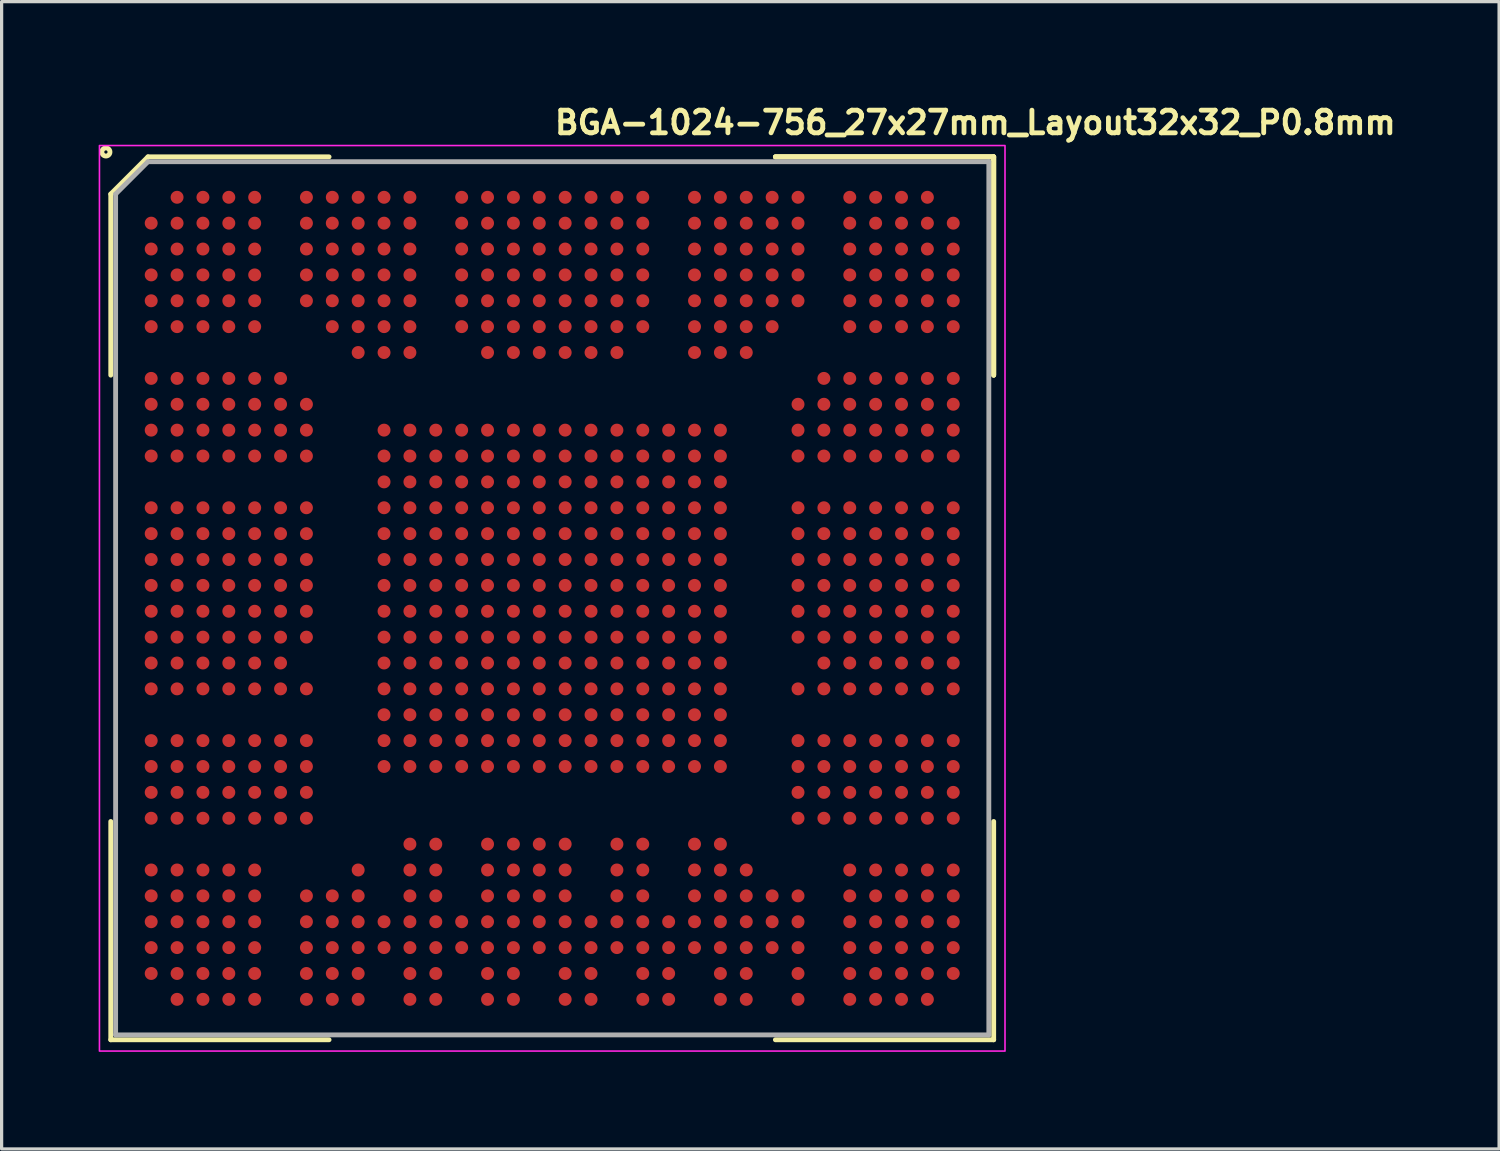
<source format=kicad_pcb>
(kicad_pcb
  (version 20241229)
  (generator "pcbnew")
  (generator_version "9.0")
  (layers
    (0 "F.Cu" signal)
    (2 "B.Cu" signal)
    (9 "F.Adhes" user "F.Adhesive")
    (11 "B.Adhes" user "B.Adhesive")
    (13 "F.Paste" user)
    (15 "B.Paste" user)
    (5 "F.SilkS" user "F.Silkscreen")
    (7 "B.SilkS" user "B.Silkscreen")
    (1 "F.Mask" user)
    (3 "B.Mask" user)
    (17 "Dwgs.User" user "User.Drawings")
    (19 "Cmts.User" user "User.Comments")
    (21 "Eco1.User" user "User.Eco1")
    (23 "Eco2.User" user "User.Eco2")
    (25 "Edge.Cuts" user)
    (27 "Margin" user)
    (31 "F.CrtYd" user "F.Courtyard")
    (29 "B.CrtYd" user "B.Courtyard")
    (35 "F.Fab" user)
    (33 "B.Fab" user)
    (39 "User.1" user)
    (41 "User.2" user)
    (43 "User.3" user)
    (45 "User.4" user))
  (footprint "BGA-1024-756_27x27mm_Layout32x32_P0.8mm"
    (layer "F.Cu")
    (at 14.025 15.45)
    (property "Reference" "BGA-1024-756_27x27mm_Layout32x32_P0.8mm" (at 0 -14.3 0) (layer "F.SilkS") (effects (font (size 0.7 0.7) (thickness 0.15)) (justify left bottom)))
    (attr smd)
    (fp_line (start -13.65 -12.5) (end -13.65 -6.9) (stroke (width 0.15) (type solid)) (layer "F.SilkS"))
    (fp_line (start -13.65 13.65) (end -13.65 6.9) (stroke (width 0.15) (type solid)) (layer "F.SilkS"))
    (fp_line (start -12.5 -13.65) (end -13.65 -12.5) (stroke (width 0.15) (type solid)) (layer "F.SilkS"))
    (fp_line (start -6.9 -13.65) (end -12.5 -13.65) (stroke (width 0.15) (type solid)) (layer "F.SilkS"))
    (fp_line (start -6.9 13.65) (end -13.65 13.65) (stroke (width 0.15) (type solid)) (layer "F.SilkS"))
    (fp_line (start 6.9 -13.65) (end 13.65 -13.65) (stroke (width 0.15) (type solid)) (layer "F.SilkS"))
    (fp_line (start 6.9 -13.65) (end 13.65 -13.65) (stroke (width 0.15) (type solid)) (layer "F.SilkS"))
    (fp_line (start 6.9 -13.65) (end 13.65 -13.65) (stroke (width 0.15) (type solid)) (layer "F.SilkS"))
    (fp_line (start 6.9 13.65) (end 13.65 13.65) (stroke (width 0.15) (type solid)) (layer "F.SilkS"))
    (fp_line (start 13.65 -13.65) (end 13.65 -6.9) (stroke (width 0.15) (type solid)) (layer "F.SilkS"))
    (fp_line (start 13.65 -13.65) (end 13.65 -6.9) (stroke (width 0.15) (type solid)) (layer "F.SilkS"))
    (fp_line (start 13.65 -13.65) (end 13.65 -6.9) (stroke (width 0.15) (type solid)) (layer "F.SilkS"))
    (fp_line (start 13.65 13.65) (end 13.65 6.9) (stroke (width 0.15) (type solid)) (layer "F.SilkS"))
    (fp_circle (center -13.8 -13.8) (end -13.75 -13.8) (stroke (width 0.15) (type solid)) (fill no) (layer "F.SilkS"))
    (fp_rect (start -14 -14) (end 14 14) (stroke (width 0.05) (type solid)) (fill no) (layer "F.CrtYd"))
    (fp_line (start -13.5 -12.5) (end -13.5 13.5) (stroke (width 0.15) (type solid)) (layer "F.Fab"))
    (fp_line (start -13.5 13.5) (end 13.5 13.5) (stroke (width 0.15) (type solid)) (layer "F.Fab"))
    (fp_line (start -12.5 -13.5) (end -13.5 -12.5) (stroke (width 0.15) (type solid)) (layer "F.Fab"))
    (fp_line (start 13.5 -13.5) (end -12.5 -13.5) (stroke (width 0.15) (type solid)) (layer "F.Fab"))
    (fp_line (start 13.5 13.5) (end 13.5 -13.5) (stroke (width 0.15) (type solid)) (layer "F.Fab"))
    (fp_rect (start -13.5 -13.5) (end 13.5 13.5) (stroke (width 0.1) (type solid)) (fill no) (layer "User.5"))
    (fp_line (start -13.5 -13.5) (end -13.5 13) (stroke (width 0.02) (type solid)) (layer "User.9"))
    (fp_line (start -13.5 13) (end -13.475 13.001) (stroke (width 0.02) (type solid)) (layer "User.9"))
    (fp_line (start -13.475 13.001) (end -13.451 13.002) (stroke (width 0.02) (type solid)) (layer "User.9"))
    (fp_line (start -13.451 13.002) (end -13.426 13.005) (stroke (width 0.02) (type solid)) (layer "User.9"))
    (fp_line (start -13.426 13.005) (end -13.402 13.01) (stroke (width 0.02) (type solid)) (layer "User.9"))
    (fp_line (start -13.402 13.01) (end -13.378 13.015) (stroke (width 0.02) (type solid)) (layer "User.9"))
    (fp_line (start -13.378 13.015) (end -13.355 13.022) (stroke (width 0.02) (type solid)) (layer "User.9"))
    (fp_line (start -13.355 13.022) (end -13.331 13.029) (stroke (width 0.02) (type solid)) (layer "User.9"))
    (fp_line (start -13.331 13.029) (end -13.309 13.038) (stroke (width 0.02) (type solid)) (layer "User.9"))
    (fp_line (start -13.309 13.038) (end -13.286 13.048) (stroke (width 0.02) (type solid)) (layer "User.9"))
    (fp_line (start -13.286 13.048) (end -13.265 13.059) (stroke (width 0.02) (type solid)) (layer "User.9"))
    (fp_line (start -13.265 13.059) (end -13.243 13.071) (stroke (width 0.02) (type solid)) (layer "User.9"))
    (fp_line (start -13.243 13.071) (end -13.223 13.084) (stroke (width 0.02) (type solid)) (layer "User.9"))
    (fp_line (start -13.223 13.084) (end -13.203 13.098) (stroke (width 0.02) (type solid)) (layer "User.9"))
    (fp_line (start -13.203 13.098) (end -13.183 13.113) (stroke (width 0.02) (type solid)) (layer "User.9"))
    (fp_line (start -13.183 13.113) (end -13.164 13.129) (stroke (width 0.02) (type solid)) (layer "User.9"))
    (fp_line (start -13.164 13.129) (end -13.146 13.146) (stroke (width 0.02) (type solid)) (layer "User.9"))
    (fp_line (start -13.146 13.146) (end -13.146 13.146) (stroke (width 0.02) (type solid)) (layer "User.9"))
    (fp_line (start -13.146 13.146) (end -13.129 13.164) (stroke (width 0.02) (type solid)) (layer "User.9"))
    (fp_line (start -13.129 13.164) (end -13.113 13.183) (stroke (width 0.02) (type solid)) (layer "User.9"))
    (fp_line (start -13.113 13.183) (end -13.098 13.203) (stroke (width 0.02) (type solid)) (layer "User.9"))
    (fp_line (start -13.098 13.203) (end -13.084 13.223) (stroke (width 0.02) (type solid)) (layer "User.9"))
    (fp_line (start -13.084 13.223) (end -13.071 13.243) (stroke (width 0.02) (type solid)) (layer "User.9"))
    (fp_line (start -13.071 13.243) (end -13.059 13.265) (stroke (width 0.02) (type solid)) (layer "User.9"))
    (fp_line (start -13.059 13.265) (end -13.048 13.286) (stroke (width 0.02) (type solid)) (layer "User.9"))
    (fp_line (start -13.048 13.286) (end -13.038 13.309) (stroke (width 0.02) (type solid)) (layer "User.9"))
    (fp_line (start -13.038 13.309) (end -13.029 13.331) (stroke (width 0.02) (type solid)) (layer "User.9"))
    (fp_line (start -13.029 13.331) (end -13.022 13.355) (stroke (width 0.02) (type solid)) (layer "User.9"))
    (fp_line (start -13.022 13.355) (end -13.015 13.378) (stroke (width 0.02) (type solid)) (layer "User.9"))
    (fp_line (start -13.015 13.378) (end -13.01 13.402) (stroke (width 0.02) (type solid)) (layer "User.9"))
    (fp_line (start -13.01 13.402) (end -13.005 13.426) (stroke (width 0.02) (type solid)) (layer "User.9"))
    (fp_line (start -13.005 13.426) (end -13.002 13.451) (stroke (width 0.02) (type solid)) (layer "User.9"))
    (fp_line (start -13.002 13.451) (end -13.001 13.475) (stroke (width 0.02) (type solid)) (layer "User.9"))
    (fp_line (start -13.001 13.475) (end -13 13.5) (stroke (width 0.02) (type solid)) (layer "User.9"))
    (fp_line (start -13 13.5) (end 13 13.5) (stroke (width 0.02) (type solid)) (layer "User.9"))
    (fp_line (start -11.75 -6.75) (end -11.75 6.75) (stroke (width 0.02) (type solid)) (layer "User.9"))
    (fp_line (start -11.75 6.75) (end -6.75 11.75) (stroke (width 0.02) (type solid)) (layer "User.9"))
    (fp_line (start -9.95 -6.004) (end -11.75 -6.75) (stroke (width 0.02) (type solid)) (layer "User.9"))
    (fp_line (start -9.95 -6.004) (end -9.95 6.004) (stroke (width 0.02) (type solid)) (layer "User.9"))
    (fp_line (start -9.95 6.004) (end -11.75 6.75) (stroke (width 0.02) (type solid)) (layer "User.9"))
    (fp_line (start -9.95 6.004) (end -6.004 9.95) (stroke (width 0.02) (type solid)) (layer "User.9"))
    (fp_line (start -7.182 -6.777) (end -7.182 -6.764) (stroke (width 0.02) (type solid)) (layer "User.9"))
    (fp_line (start -7.182 -6.764) (end -7.181 -6.737) (stroke (width 0.02) (type solid)) (layer "User.9"))
    (fp_line (start -7.181 -6.791) (end -7.182 -6.777) (stroke (width 0.02) (type solid)) (layer "User.9"))
    (fp_line (start -7.181 -6.737) (end -7.179 -6.711) (stroke (width 0.02) (type solid)) (layer "User.9"))
    (fp_line (start -7.18 -6.804) (end -7.181 -6.791) (stroke (width 0.02) (type solid)) (layer "User.9"))
    (fp_line (start -7.179 -6.817) (end -7.18 -6.804) (stroke (width 0.02) (type solid)) (layer "User.9"))
    (fp_line (start -7.179 -6.711) (end -7.174 -6.685) (stroke (width 0.02) (type solid)) (layer "User.9"))
    (fp_line (start -7.177 -6.83) (end -7.179 -6.817) (stroke (width 0.02) (type solid)) (layer "User.9"))
    (fp_line (start -7.174 -6.843) (end -7.177 -6.83) (stroke (width 0.02) (type solid)) (layer "User.9"))
    (fp_line (start -7.174 -6.685) (end -7.168 -6.66) (stroke (width 0.02) (type solid)) (layer "User.9"))
    (fp_line (start -7.172 -6.856) (end -7.174 -6.843) (stroke (width 0.02) (type solid)) (layer "User.9"))
    (fp_line (start -7.168 -6.868) (end -7.172 -6.856) (stroke (width 0.02) (type solid)) (layer "User.9"))
    (fp_line (start -7.168 -6.66) (end -7.161 -6.635) (stroke (width 0.02) (type solid)) (layer "User.9"))
    (fp_line (start -7.165 -6.881) (end -7.168 -6.868) (stroke (width 0.02) (type solid)) (layer "User.9"))
    (fp_line (start -7.161 -6.893) (end -7.165 -6.881) (stroke (width 0.02) (type solid)) (layer "User.9"))
    (fp_line (start -7.161 -6.635) (end -7.152 -6.61) (stroke (width 0.02) (type solid)) (layer "User.9"))
    (fp_line (start -7.156 -6.905) (end -7.161 -6.893) (stroke (width 0.02) (type solid)) (layer "User.9"))
    (fp_line (start -7.152 -6.917) (end -7.156 -6.905) (stroke (width 0.02) (type solid)) (layer "User.9"))
    (fp_line (start -7.152 -6.61) (end -7.141 -6.587) (stroke (width 0.02) (type solid)) (layer "User.9"))
    (fp_line (start -7.146 -6.929) (end -7.152 -6.917) (stroke (width 0.02) (type solid)) (layer "User.9"))
    (fp_line (start -7.141 -6.941) (end -7.146 -6.929) (stroke (width 0.02) (type solid)) (layer "User.9"))
    (fp_line (start -7.141 -6.587) (end -7.129 -6.564) (stroke (width 0.02) (type solid)) (layer "User.9"))
    (fp_line (start -7.135 -6.953) (end -7.141 -6.941) (stroke (width 0.02) (type solid)) (layer "User.9"))
    (fp_line (start -7.129 -6.964) (end -7.135 -6.953) (stroke (width 0.02) (type solid)) (layer "User.9"))
    (fp_line (start -7.129 -6.564) (end -7.115 -6.542) (stroke (width 0.02) (type solid)) (layer "User.9"))
    (fp_line (start -7.122 -6.975) (end -7.129 -6.964) (stroke (width 0.02) (type solid)) (layer "User.9"))
    (fp_line (start -7.115 -6.986) (end -7.122 -6.975) (stroke (width 0.02) (type solid)) (layer "User.9"))
    (fp_line (start -7.115 -6.542) (end -7.1 -6.521) (stroke (width 0.02) (type solid)) (layer "User.9"))
    (fp_line (start -7.108 -6.997) (end -7.115 -6.986) (stroke (width 0.02) (type solid)) (layer "User.9"))
    (fp_line (start -7.1 -7.007) (end -7.108 -6.997) (stroke (width 0.02) (type solid)) (layer "User.9"))
    (fp_line (start -7.1 -6.521) (end -7.083 -6.501) (stroke (width 0.02) (type solid)) (layer "User.9"))
    (fp_line (start -7.092 -7.017) (end -7.1 -7.007) (stroke (width 0.02) (type solid)) (layer "User.9"))
    (fp_line (start -7.083 -7.027) (end -7.092 -7.017) (stroke (width 0.02) (type solid)) (layer "User.9"))
    (fp_line (start -7.083 -6.501) (end -7.066 -6.482) (stroke (width 0.02) (type solid)) (layer "User.9"))
    (fp_line (start -7.075 -7.037) (end -7.083 -7.027) (stroke (width 0.02) (type solid)) (layer "User.9"))
    (fp_line (start -7.066 -7.046) (end -7.075 -7.037) (stroke (width 0.02) (type solid)) (layer "User.9"))
    (fp_line (start -7.066 -6.482) (end -7.047 -6.464) (stroke (width 0.02) (type solid)) (layer "User.9"))
    (fp_line (start -7.056 -7.055) (end -7.066 -7.046) (stroke (width 0.02) (type solid)) (layer "User.9"))
    (fp_line (start -7.047 -7.064) (end -7.056 -7.055) (stroke (width 0.02) (type solid)) (layer "User.9"))
    (fp_line (start -7.047 -6.464) (end -7.026 -6.447) (stroke (width 0.02) (type solid)) (layer "User.9"))
    (fp_line (start -7.037 -7.073) (end -7.047 -7.064) (stroke (width 0.02) (type solid)) (layer "User.9"))
    (fp_line (start -7.026 -7.081) (end -7.037 -7.073) (stroke (width 0.02) (type solid)) (layer "User.9"))
    (fp_line (start -7.026 -6.447) (end -7.005 -6.432) (stroke (width 0.02) (type solid)) (layer "User.9"))
    (fp_line (start -7.016 -7.089) (end -7.026 -7.081) (stroke (width 0.02) (type solid)) (layer "User.9"))
    (fp_line (start -7.005 -7.096) (end -7.016 -7.089) (stroke (width 0.02) (type solid)) (layer "User.9"))
    (fp_line (start -7.005 -6.432) (end -6.982 -6.417) (stroke (width 0.02) (type solid)) (layer "User.9"))
    (fp_line (start -6.994 -7.103) (end -7.005 -7.096) (stroke (width 0.02) (type solid)) (layer "User.9"))
    (fp_line (start -6.982 -7.11) (end -6.994 -7.103) (stroke (width 0.02) (type solid)) (layer "User.9"))
    (fp_line (start -6.982 -7.11) (end -6.982 -7.11) (stroke (width 0.02) (type solid)) (layer "User.9"))
    (fp_line (start -6.982 -6.417) (end -6.982 -6.417) (stroke (width 0.02) (type solid)) (layer "User.9"))
    (fp_line (start -6.982 -6.417) (end -6.959 -6.405) (stroke (width 0.02) (type solid)) (layer "User.9"))
    (fp_line (start -6.959 -7.123) (end -6.982 -7.11) (stroke (width 0.02) (type solid)) (layer "User.9"))
    (fp_line (start -6.959 -6.405) (end -6.935 -6.394) (stroke (width 0.02) (type solid)) (layer "User.9"))
    (fp_line (start -6.935 -7.134) (end -6.959 -7.123) (stroke (width 0.02) (type solid)) (layer "User.9"))
    (fp_line (start -6.935 -6.394) (end -6.91 -6.385) (stroke (width 0.02) (type solid)) (layer "User.9"))
    (fp_line (start -6.91 -7.143) (end -6.935 -7.134) (stroke (width 0.02) (type solid)) (layer "User.9"))
    (fp_line (start -6.91 -6.385) (end -6.885 -6.377) (stroke (width 0.02) (type solid)) (layer "User.9"))
    (fp_line (start -6.885 -7.15) (end -6.91 -7.143) (stroke (width 0.02) (type solid)) (layer "User.9"))
    (fp_line (start -6.885 -6.377) (end -6.86 -6.371) (stroke (width 0.02) (type solid)) (layer "User.9"))
    (fp_line (start -6.86 -7.156) (end -6.885 -7.15) (stroke (width 0.02) (type solid)) (layer "User.9"))
    (fp_line (start -6.86 -6.371) (end -6.834 -6.367) (stroke (width 0.02) (type solid)) (layer "User.9"))
    (fp_line (start -6.834 -7.161) (end -6.86 -7.156) (stroke (width 0.02) (type solid)) (layer "User.9"))
    (fp_line (start -6.834 -6.367) (end -6.808 -6.365) (stroke (width 0.02) (type solid)) (layer "User.9"))
    (fp_line (start -6.808 -7.163) (end -6.834 -7.161) (stroke (width 0.02) (type solid)) (layer "User.9"))
    (fp_line (start -6.808 -6.365) (end -6.782 -6.364) (stroke (width 0.02) (type solid)) (layer "User.9"))
    (fp_line (start -6.782 -7.164) (end -6.808 -7.163) (stroke (width 0.02) (type solid)) (layer "User.9"))
    (fp_line (start -6.782 -6.364) (end -6.756 -6.365) (stroke (width 0.02) (type solid)) (layer "User.9"))
    (fp_line (start -6.756 -7.163) (end -6.782 -7.164) (stroke (width 0.02) (type solid)) (layer "User.9"))
    (fp_line (start -6.756 -6.365) (end -6.731 -6.367) (stroke (width 0.02) (type solid)) (layer "User.9"))
    (fp_line (start -6.75 -11.75) (end -11.75 -6.75) (stroke (width 0.02) (type solid)) (layer "User.9"))
    (fp_line (start -6.75 -11.75) (end -6.004 -9.95) (stroke (width 0.02) (type solid)) (layer "User.9"))
    (fp_line (start -6.75 11.75) (end 6.75 11.75) (stroke (width 0.02) (type solid)) (layer "User.9"))
    (fp_line (start -6.731 -7.161) (end -6.756 -7.163) (stroke (width 0.02) (type solid)) (layer "User.9"))
    (fp_line (start -6.731 -6.367) (end -6.705 -6.371) (stroke (width 0.02) (type solid)) (layer "User.9"))
    (fp_line (start -6.705 -7.156) (end -6.731 -7.161) (stroke (width 0.02) (type solid)) (layer "User.9"))
    (fp_line (start -6.705 -6.371) (end -6.68 -6.377) (stroke (width 0.02) (type solid)) (layer "User.9"))
    (fp_line (start -6.68 -7.15) (end -6.705 -7.156) (stroke (width 0.02) (type solid)) (layer "User.9"))
    (fp_line (start -6.68 -6.377) (end -6.654 -6.385) (stroke (width 0.02) (type solid)) (layer "User.9"))
    (fp_line (start -6.654 -7.143) (end -6.68 -7.15) (stroke (width 0.02) (type solid)) (layer "User.9"))
    (fp_line (start -6.654 -6.385) (end -6.63 -6.394) (stroke (width 0.02) (type solid)) (layer "User.9"))
    (fp_line (start -6.63 -7.134) (end -6.654 -7.143) (stroke (width 0.02) (type solid)) (layer "User.9"))
    (fp_line (start -6.63 -6.394) (end -6.606 -6.405) (stroke (width 0.02) (type solid)) (layer "User.9"))
    (fp_line (start -6.606 -7.123) (end -6.63 -7.134) (stroke (width 0.02) (type solid)) (layer "User.9"))
    (fp_line (start -6.606 -6.405) (end -6.582 -6.417) (stroke (width 0.02) (type solid)) (layer "User.9"))
    (fp_line (start -6.582 -7.11) (end -6.606 -7.123) (stroke (width 0.02) (type solid)) (layer "User.9"))
    (fp_line (start -6.582 -7.11) (end -6.582 -7.11) (stroke (width 0.02) (type solid)) (layer "User.9"))
    (fp_line (start -6.582 -6.417) (end -6.582 -6.417) (stroke (width 0.02) (type solid)) (layer "User.9"))
    (fp_line (start -6.582 -6.417) (end -6.571 -6.424) (stroke (width 0.02) (type solid)) (layer "User.9"))
    (fp_line (start -6.571 -6.424) (end -6.56 -6.432) (stroke (width 0.02) (type solid)) (layer "User.9"))
    (fp_line (start -6.56 -7.096) (end -6.582 -7.11) (stroke (width 0.02) (type solid)) (layer "User.9"))
    (fp_line (start -6.56 -6.432) (end -6.549 -6.439) (stroke (width 0.02) (type solid)) (layer "User.9"))
    (fp_line (start -6.549 -6.439) (end -6.538 -6.447) (stroke (width 0.02) (type solid)) (layer "User.9"))
    (fp_line (start -6.538 -7.081) (end -6.56 -7.096) (stroke (width 0.02) (type solid)) (layer "User.9"))
    (fp_line (start -6.538 -6.447) (end -6.528 -6.455) (stroke (width 0.02) (type solid)) (layer "User.9"))
    (fp_line (start -6.528 -6.455) (end -6.518 -6.464) (stroke (width 0.02) (type solid)) (layer "User.9"))
    (fp_line (start -6.518 -7.064) (end -6.538 -7.081) (stroke (width 0.02) (type solid)) (layer "User.9"))
    (fp_line (start -6.518 -6.464) (end -6.508 -6.473) (stroke (width 0.02) (type solid)) (layer "User.9"))
    (fp_line (start -6.508 -6.473) (end -6.499 -6.482) (stroke (width 0.02) (type solid)) (layer "User.9"))
    (fp_line (start -6.499 -7.046) (end -6.518 -7.064) (stroke (width 0.02) (type solid)) (layer "User.9"))
    (fp_line (start -6.499 -6.482) (end -6.49 -6.491) (stroke (width 0.02) (type solid)) (layer "User.9"))
    (fp_line (start -6.49 -6.491) (end -6.481 -6.501) (stroke (width 0.02) (type solid)) (layer "User.9"))
    (fp_line (start -6.481 -7.027) (end -6.499 -7.046) (stroke (width 0.02) (type solid)) (layer "User.9"))
    (fp_line (start -6.481 -6.501) (end -6.473 -6.511) (stroke (width 0.02) (type solid)) (layer "User.9"))
    (fp_line (start -6.473 -6.511) (end -6.465 -6.521) (stroke (width 0.02) (type solid)) (layer "User.9"))
    (fp_line (start -6.465 -7.007) (end -6.481 -7.027) (stroke (width 0.02) (type solid)) (layer "User.9"))
    (fp_line (start -6.465 -6.521) (end -6.457 -6.531) (stroke (width 0.02) (type solid)) (layer "User.9"))
    (fp_line (start -6.457 -6.531) (end -6.449 -6.542) (stroke (width 0.02) (type solid)) (layer "User.9"))
    (fp_line (start -6.449 -6.986) (end -6.465 -7.007) (stroke (width 0.02) (type solid)) (layer "User.9"))
    (fp_line (start -6.449 -6.542) (end -6.442 -6.553) (stroke (width 0.02) (type solid)) (layer "User.9"))
    (fp_line (start -6.442 -6.553) (end -6.436 -6.564) (stroke (width 0.02) (type solid)) (layer "User.9"))
    (fp_line (start -6.436 -6.964) (end -6.449 -6.986) (stroke (width 0.02) (type solid)) (layer "User.9"))
    (fp_line (start -6.436 -6.564) (end -6.429 -6.575) (stroke (width 0.02) (type solid)) (layer "User.9"))
    (fp_line (start -6.429 -6.575) (end -6.424 -6.587) (stroke (width 0.02) (type solid)) (layer "User.9"))
    (fp_line (start -6.424 -6.941) (end -6.436 -6.964) (stroke (width 0.02) (type solid)) (layer "User.9"))
    (fp_line (start -6.424 -6.587) (end -6.418 -6.598) (stroke (width 0.02) (type solid)) (layer "User.9"))
    (fp_line (start -6.418 -6.598) (end -6.413 -6.61) (stroke (width 0.02) (type solid)) (layer "User.9"))
    (fp_line (start -6.413 -6.917) (end -6.424 -6.941) (stroke (width 0.02) (type solid)) (layer "User.9"))
    (fp_line (start -6.413 -6.61) (end -6.408 -6.622) (stroke (width 0.02) (type solid)) (layer "User.9"))
    (fp_line (start -6.408 -6.622) (end -6.404 -6.635) (stroke (width 0.02) (type solid)) (layer "User.9"))
    (fp_line (start -6.404 -6.893) (end -6.413 -6.917) (stroke (width 0.02) (type solid)) (layer "User.9"))
    (fp_line (start -6.404 -6.635) (end -6.4 -6.647) (stroke (width 0.02) (type solid)) (layer "User.9"))
    (fp_line (start -6.4 -6.647) (end -6.396 -6.66) (stroke (width 0.02) (type solid)) (layer "User.9"))
    (fp_line (start -6.396 -6.868) (end -6.404 -6.893) (stroke (width 0.02) (type solid)) (layer "User.9"))
    (fp_line (start -6.396 -6.66) (end -6.393 -6.672) (stroke (width 0.02) (type solid)) (layer "User.9"))
    (fp_line (start -6.393 -6.672) (end -6.39 -6.685) (stroke (width 0.02) (type solid)) (layer "User.9"))
    (fp_line (start -6.39 -6.843) (end -6.396 -6.868) (stroke (width 0.02) (type solid)) (layer "User.9"))
    (fp_line (start -6.39 -6.685) (end -6.388 -6.698) (stroke (width 0.02) (type solid)) (layer "User.9"))
    (fp_line (start -6.388 -6.698) (end -6.386 -6.711) (stroke (width 0.02) (type solid)) (layer "User.9"))
    (fp_line (start -6.386 -6.817) (end -6.39 -6.843) (stroke (width 0.02) (type solid)) (layer "User.9"))
    (fp_line (start -6.386 -6.711) (end -6.384 -6.724) (stroke (width 0.02) (type solid)) (layer "User.9"))
    (fp_line (start -6.384 -6.724) (end -6.383 -6.737) (stroke (width 0.02) (type solid)) (layer "User.9"))
    (fp_line (start -6.383 -6.791) (end -6.386 -6.817) (stroke (width 0.02) (type solid)) (layer "User.9"))
    (fp_line (start -6.383 -6.737) (end -6.382 -6.751) (stroke (width 0.02) (type solid)) (layer "User.9"))
    (fp_line (start -6.382 -6.764) (end -6.383 -6.791) (stroke (width 0.02) (type solid)) (layer "User.9"))
    (fp_line (start -6.382 -6.751) (end -6.382 -6.764) (stroke (width 0.02) (type solid)) (layer "User.9"))
    (fp_line (start -6.004 -9.95) (end -9.95 -6.004) (stroke (width 0.02) (type solid)) (layer "User.9"))
    (fp_line (start -6.004 9.95) (end -6.75 11.75) (stroke (width 0.02) (type solid)) (layer "User.9"))
    (fp_line (start -6.004 9.95) (end 6.004 9.95) (stroke (width 0.02) (type solid)) (layer "User.9"))
    (fp_line (start 6.004 -9.95) (end -6.004 -9.95) (stroke (width 0.02) (type solid)) (layer "User.9"))
    (fp_line (start 6.004 9.95) (end 6.75 11.75) (stroke (width 0.02) (type solid)) (layer "User.9"))
    (fp_line (start 6.004 9.95) (end 9.95 6.004) (stroke (width 0.02) (type solid)) (layer "User.9"))
    (fp_line (start 6.75 -11.75) (end -6.75 -11.75) (stroke (width 0.02) (type solid)) (layer "User.9"))
    (fp_line (start 6.75 -11.75) (end 6.004 -9.95) (stroke (width 0.02) (type solid)) (layer "User.9"))
    (fp_line (start 6.75 11.75) (end 11.75 6.75) (stroke (width 0.02) (type solid)) (layer "User.9"))
    (fp_line (start 9.95 -6.004) (end 6.004 -9.95) (stroke (width 0.02) (type solid)) (layer "User.9"))
    (fp_line (start 9.95 6.004) (end 9.95 -6.004) (stroke (width 0.02) (type solid)) (layer "User.9"))
    (fp_line (start 11.75 -6.75) (end 6.75 -11.75) (stroke (width 0.02) (type solid)) (layer "User.9"))
    (fp_line (start 11.75 -6.75) (end 9.95 -6.004) (stroke (width 0.02) (type solid)) (layer "User.9"))
    (fp_line (start 11.75 6.75) (end 9.95 6.004) (stroke (width 0.02) (type solid)) (layer "User.9"))
    (fp_line (start 11.75 6.75) (end 11.75 -6.75) (stroke (width 0.02) (type solid)) (layer "User.9"))
    (fp_line (start 13 -13.5) (end -13.5 -13.5) (stroke (width 0.02) (type solid)) (layer "User.9"))
    (fp_line (start 13 13.5) (end 13.001 13.475) (stroke (width 0.02) (type solid)) (layer "User.9"))
    (fp_line (start 13.001 -13.475) (end 13 -13.5) (stroke (width 0.02) (type solid)) (layer "User.9"))
    (fp_line (start 13.001 13.475) (end 13.002 13.451) (stroke (width 0.02) (type solid)) (layer "User.9"))
    (fp_line (start 13.002 -13.451) (end 13.001 -13.475) (stroke (width 0.02) (type solid)) (layer "User.9"))
    (fp_line (start 13.002 13.451) (end 13.005 13.426) (stroke (width 0.02) (type solid)) (layer "User.9"))
    (fp_line (start 13.005 -13.426) (end 13.002 -13.451) (stroke (width 0.02) (type solid)) (layer "User.9"))
    (fp_line (start 13.005 13.426) (end 13.01 13.402) (stroke (width 0.02) (type solid)) (layer "User.9"))
    (fp_line (start 13.01 -13.402) (end 13.005 -13.426) (stroke (width 0.02) (type solid)) (layer "User.9"))
    (fp_line (start 13.01 13.402) (end 13.015 13.378) (stroke (width 0.02) (type solid)) (layer "User.9"))
    (fp_line (start 13.015 -13.378) (end 13.01 -13.402) (stroke (width 0.02) (type solid)) (layer "User.9"))
    (fp_line (start 13.015 13.378) (end 13.022 13.355) (stroke (width 0.02) (type solid)) (layer "User.9"))
    (fp_line (start 13.022 -13.355) (end 13.015 -13.378) (stroke (width 0.02) (type solid)) (layer "User.9"))
    (fp_line (start 13.022 13.355) (end 13.029 13.331) (stroke (width 0.02) (type solid)) (layer "User.9"))
    (fp_line (start 13.029 -13.331) (end 13.022 -13.355) (stroke (width 0.02) (type solid)) (layer "User.9"))
    (fp_line (start 13.029 13.331) (end 13.038 13.309) (stroke (width 0.02) (type solid)) (layer "User.9"))
    (fp_line (start 13.038 -13.309) (end 13.029 -13.331) (stroke (width 0.02) (type solid)) (layer "User.9"))
    (fp_line (start 13.038 13.309) (end 13.048 13.286) (stroke (width 0.02) (type solid)) (layer "User.9"))
    (fp_line (start 13.048 -13.286) (end 13.038 -13.309) (stroke (width 0.02) (type solid)) (layer "User.9"))
    (fp_line (start 13.048 13.286) (end 13.059 13.265) (stroke (width 0.02) (type solid)) (layer "User.9"))
    (fp_line (start 13.059 -13.265) (end 13.048 -13.286) (stroke (width 0.02) (type solid)) (layer "User.9"))
    (fp_line (start 13.059 13.265) (end 13.071 13.243) (stroke (width 0.02) (type solid)) (layer "User.9"))
    (fp_line (start 13.071 -13.243) (end 13.059 -13.265) (stroke (width 0.02) (type solid)) (layer "User.9"))
    (fp_line (start 13.071 13.243) (end 13.084 13.223) (stroke (width 0.02) (type solid)) (layer "User.9"))
    (fp_line (start 13.084 -13.223) (end 13.071 -13.243) (stroke (width 0.02) (type solid)) (layer "User.9"))
    (fp_line (start 13.084 13.223) (end 13.098 13.203) (stroke (width 0.02) (type solid)) (layer "User.9"))
    (fp_line (start 13.098 -13.203) (end 13.084 -13.223) (stroke (width 0.02) (type solid)) (layer "User.9"))
    (fp_line (start 13.098 13.203) (end 13.113 13.183) (stroke (width 0.02) (type solid)) (layer "User.9"))
    (fp_line (start 13.113 -13.183) (end 13.098 -13.203) (stroke (width 0.02) (type solid)) (layer "User.9"))
    (fp_line (start 13.113 13.183) (end 13.129 13.164) (stroke (width 0.02) (type solid)) (layer "User.9"))
    (fp_line (start 13.129 -13.164) (end 13.113 -13.183) (stroke (width 0.02) (type solid)) (layer "User.9"))
    (fp_line (start 13.129 13.164) (end 13.146 13.146) (stroke (width 0.02) (type solid)) (layer "User.9"))
    (fp_line (start 13.146 -13.146) (end 13.129 -13.164) (stroke (width 0.02) (type solid)) (layer "User.9"))
    (fp_line (start 13.146 -13.146) (end 13.146 -13.146) (stroke (width 0.02) (type solid)) (layer "User.9"))
    (fp_line (start 13.146 13.146) (end 13.146 13.146) (stroke (width 0.02) (type solid)) (layer "User.9"))
    (fp_line (start 13.146 13.146) (end 13.164 13.129) (stroke (width 0.02) (type solid)) (layer "User.9"))
    (fp_line (start 13.164 -13.129) (end 13.146 -13.146) (stroke (width 0.02) (type solid)) (layer "User.9"))
    (fp_line (start 13.164 13.129) (end 13.183 13.113) (stroke (width 0.02) (type solid)) (layer "User.9"))
    (fp_line (start 13.183 -13.113) (end 13.164 -13.129) (stroke (width 0.02) (type solid)) (layer "User.9"))
    (fp_line (start 13.183 13.113) (end 13.203 13.098) (stroke (width 0.02) (type solid)) (layer "User.9"))
    (fp_line (start 13.203 -13.098) (end 13.183 -13.113) (stroke (width 0.02) (type solid)) (layer "User.9"))
    (fp_line (start 13.203 13.098) (end 13.223 13.084) (stroke (width 0.02) (type solid)) (layer "User.9"))
    (fp_line (start 13.223 -13.084) (end 13.203 -13.098) (stroke (width 0.02) (type solid)) (layer "User.9"))
    (fp_line (start 13.223 13.084) (end 13.243 13.071) (stroke (width 0.02) (type solid)) (layer "User.9"))
    (fp_line (start 13.243 -13.071) (end 13.223 -13.084) (stroke (width 0.02) (type solid)) (layer "User.9"))
    (fp_line (start 13.243 13.071) (end 13.265 13.059) (stroke (width 0.02) (type solid)) (layer "User.9"))
    (fp_line (start 13.265 -13.059) (end 13.243 -13.071) (stroke (width 0.02) (type solid)) (layer "User.9"))
    (fp_line (start 13.265 13.059) (end 13.286 13.048) (stroke (width 0.02) (type solid)) (layer "User.9"))
    (fp_line (start 13.286 -13.048) (end 13.265 -13.059) (stroke (width 0.02) (type solid)) (layer "User.9"))
    (fp_line (start 13.286 13.048) (end 13.309 13.038) (stroke (width 0.02) (type solid)) (layer "User.9"))
    (fp_line (start 13.309 -13.038) (end 13.286 -13.048) (stroke (width 0.02) (type solid)) (layer "User.9"))
    (fp_line (start 13.309 13.038) (end 13.331 13.029) (stroke (width 0.02) (type solid)) (layer "User.9"))
    (fp_line (start 13.331 -13.029) (end 13.309 -13.038) (stroke (width 0.02) (type solid)) (layer "User.9"))
    (fp_line (start 13.331 13.029) (end 13.355 13.022) (stroke (width 0.02) (type solid)) (layer "User.9"))
    (fp_line (start 13.355 -13.022) (end 13.331 -13.029) (stroke (width 0.02) (type solid)) (layer "User.9"))
    (fp_line (start 13.355 13.022) (end 13.378 13.015) (stroke (width 0.02) (type solid)) (layer "User.9"))
    (fp_line (start 13.378 -13.015) (end 13.355 -13.022) (stroke (width 0.02) (type solid)) (layer "User.9"))
    (fp_line (start 13.378 13.015) (end 13.402 13.01) (stroke (width 0.02) (type solid)) (layer "User.9"))
    (fp_line (start 13.402 -13.01) (end 13.378 -13.015) (stroke (width 0.02) (type solid)) (layer "User.9"))
    (fp_line (start 13.402 13.01) (end 13.426 13.005) (stroke (width 0.02) (type solid)) (layer "User.9"))
    (fp_line (start 13.426 -13.005) (end 13.402 -13.01) (stroke (width 0.02) (type solid)) (layer "User.9"))
    (fp_line (start 13.426 13.005) (end 13.451 13.002) (stroke (width 0.02) (type solid)) (layer "User.9"))
    (fp_line (start 13.451 -13.002) (end 13.426 -13.005) (stroke (width 0.02) (type solid)) (layer "User.9"))
    (fp_line (start 13.451 13.002) (end 13.475 13.001) (stroke (width 0.02) (type solid)) (layer "User.9"))
    (fp_line (start 13.475 -13.001) (end 13.451 -13.002) (stroke (width 0.02) (type solid)) (layer "User.9"))
    (fp_line (start 13.475 13.001) (end 13.5 13) (stroke (width 0.02) (type solid)) (layer "User.9"))
    (fp_line (start 13.5 -13) (end 13.475 -13.001) (stroke (width 0.02) (type solid)) (layer "User.9"))
    (fp_line (start 13.5 13) (end 13.5 -13) (stroke (width 0.02) (type solid)) (layer "User.9"))
    (pad "A2" smd circle (at -11.6 -12.4) (size 0.4 0.4) (layers "F.Cu" "F.Mask" "F.Paste"))
    (pad "A3" smd circle (at -10.8 -12.4) (size 0.4 0.4) (layers "F.Cu" "F.Mask" "F.Paste"))
    (pad "A4" smd circle (at -10 -12.4) (size 0.4 0.4) (layers "F.Cu" "F.Mask" "F.Paste"))
    (pad "A5" smd circle (at -9.2 -12.4) (size 0.4 0.4) (layers "F.Cu" "F.Mask" "F.Paste"))
    (pad "A7" smd circle (at -7.6 -12.4) (size 0.4 0.4) (layers "F.Cu" "F.Mask" "F.Paste"))
    (pad "A8" smd circle (at -6.8 -12.4) (size 0.4 0.4) (layers "F.Cu" "F.Mask" "F.Paste"))
    (pad "A9" smd circle (at -6 -12.4) (size 0.4 0.4) (layers "F.Cu" "F.Mask" "F.Paste"))
    (pad "A10" smd circle (at -5.2 -12.4) (size 0.4 0.4) (layers "F.Cu" "F.Mask" "F.Paste"))
    (pad "A11" smd circle (at -4.4 -12.4) (size 0.4 0.4) (layers "F.Cu" "F.Mask" "F.Paste"))
    (pad "A13" smd circle (at -2.8 -12.4) (size 0.4 0.4) (layers "F.Cu" "F.Mask" "F.Paste"))
    (pad "A14" smd circle (at -2 -12.4) (size 0.4 0.4) (layers "F.Cu" "F.Mask" "F.Paste"))
    (pad "A15" smd circle (at -1.2 -12.4) (size 0.4 0.4) (layers "F.Cu" "F.Mask" "F.Paste"))
    (pad "A16" smd circle (at -0.4 -12.4) (size 0.4 0.4) (layers "F.Cu" "F.Mask" "F.Paste"))
    (pad "A17" smd circle (at 0.4 -12.4) (size 0.4 0.4) (layers "F.Cu" "F.Mask" "F.Paste"))
    (pad "A18" smd circle (at 1.2 -12.4) (size 0.4 0.4) (layers "F.Cu" "F.Mask" "F.Paste"))
    (pad "A19" smd circle (at 2 -12.4) (size 0.4 0.4) (layers "F.Cu" "F.Mask" "F.Paste"))
    (pad "A20" smd circle (at 2.8 -12.4) (size 0.4 0.4) (layers "F.Cu" "F.Mask" "F.Paste"))
    (pad "A22" smd circle (at 4.4 -12.4) (size 0.4 0.4) (layers "F.Cu" "F.Mask" "F.Paste"))
    (pad "A23" smd circle (at 5.2 -12.4) (size 0.4 0.4) (layers "F.Cu" "F.Mask" "F.Paste"))
    (pad "A24" smd circle (at 6 -12.4) (size 0.4 0.4) (layers "F.Cu" "F.Mask" "F.Paste"))
    (pad "A25" smd circle (at 6.8 -12.4) (size 0.4 0.4) (layers "F.Cu" "F.Mask" "F.Paste"))
    (pad "A26" smd circle (at 7.6 -12.4) (size 0.4 0.4) (layers "F.Cu" "F.Mask" "F.Paste"))
    (pad "A28" smd circle (at 9.2 -12.4) (size 0.4 0.4) (layers "F.Cu" "F.Mask" "F.Paste"))
    (pad "A29" smd circle (at 10 -12.4) (size 0.4 0.4) (layers "F.Cu" "F.Mask" "F.Paste"))
    (pad "A30" smd circle (at 10.8 -12.4) (size 0.4 0.4) (layers "F.Cu" "F.Mask" "F.Paste"))
    (pad "A31" smd circle (at 11.6 -12.4) (size 0.4 0.4) (layers "F.Cu" "F.Mask" "F.Paste"))
    (pad "AA10" smd circle (at -5.2 3.6) (size 0.4 0.4) (layers "F.Cu" "F.Mask" "F.Paste"))
    (pad "AA11" smd circle (at -4.4 3.6) (size 0.4 0.4) (layers "F.Cu" "F.Mask" "F.Paste"))
    (pad "AA12" smd circle (at -3.6 3.6) (size 0.4 0.4) (layers "F.Cu" "F.Mask" "F.Paste"))
    (pad "AA13" smd circle (at -2.8 3.6) (size 0.4 0.4) (layers "F.Cu" "F.Mask" "F.Paste"))
    (pad "AA14" smd circle (at -2 3.6) (size 0.4 0.4) (layers "F.Cu" "F.Mask" "F.Paste"))
    (pad "AA15" smd circle (at -1.2 3.6) (size 0.4 0.4) (layers "F.Cu" "F.Mask" "F.Paste"))
    (pad "AA16" smd circle (at -0.4 3.6) (size 0.4 0.4) (layers "F.Cu" "F.Mask" "F.Paste"))
    (pad "AA17" smd circle (at 0.4 3.6) (size 0.4 0.4) (layers "F.Cu" "F.Mask" "F.Paste"))
    (pad "AA18" smd circle (at 1.2 3.6) (size 0.4 0.4) (layers "F.Cu" "F.Mask" "F.Paste"))
    (pad "AA19" smd circle (at 2 3.6) (size 0.4 0.4) (layers "F.Cu" "F.Mask" "F.Paste"))
    (pad "AA20" smd circle (at 2.8 3.6) (size 0.4 0.4) (layers "F.Cu" "F.Mask" "F.Paste"))
    (pad "AA21" smd circle (at 3.6 3.6) (size 0.4 0.4) (layers "F.Cu" "F.Mask" "F.Paste"))
    (pad "AA22" smd circle (at 4.4 3.6) (size 0.4 0.4) (layers "F.Cu" "F.Mask" "F.Paste"))
    (pad "AA23" smd circle (at 5.2 3.6) (size 0.4 0.4) (layers "F.Cu" "F.Mask" "F.Paste"))
    (pad "AB1" smd circle (at -12.4 4.4) (size 0.4 0.4) (layers "F.Cu" "F.Mask" "F.Paste"))
    (pad "AB2" smd circle (at -11.6 4.4) (size 0.4 0.4) (layers "F.Cu" "F.Mask" "F.Paste"))
    (pad "AB3" smd circle (at -10.8 4.4) (size 0.4 0.4) (layers "F.Cu" "F.Mask" "F.Paste"))
    (pad "AB4" smd circle (at -10 4.4) (size 0.4 0.4) (layers "F.Cu" "F.Mask" "F.Paste"))
    (pad "AB5" smd circle (at -9.2 4.4) (size 0.4 0.4) (layers "F.Cu" "F.Mask" "F.Paste"))
    (pad "AB6" smd circle (at -8.4 4.4) (size 0.4 0.4) (layers "F.Cu" "F.Mask" "F.Paste"))
    (pad "AB7" smd circle (at -7.6 4.4) (size 0.4 0.4) (layers "F.Cu" "F.Mask" "F.Paste"))
    (pad "AB10" smd circle (at -5.2 4.4) (size 0.4 0.4) (layers "F.Cu" "F.Mask" "F.Paste"))
    (pad "AB11" smd circle (at -4.4 4.4) (size 0.4 0.4) (layers "F.Cu" "F.Mask" "F.Paste"))
    (pad "AB12" smd circle (at -3.6 4.4) (size 0.4 0.4) (layers "F.Cu" "F.Mask" "F.Paste"))
    (pad "AB13" smd circle (at -2.8 4.4) (size 0.4 0.4) (layers "F.Cu" "F.Mask" "F.Paste"))
    (pad "AB14" smd circle (at -2 4.4) (size 0.4 0.4) (layers "F.Cu" "F.Mask" "F.Paste"))
    (pad "AB15" smd circle (at -1.2 4.4) (size 0.4 0.4) (layers "F.Cu" "F.Mask" "F.Paste"))
    (pad "AB16" smd circle (at -0.4 4.4) (size 0.4 0.4) (layers "F.Cu" "F.Mask" "F.Paste"))
    (pad "AB17" smd circle (at 0.4 4.4) (size 0.4 0.4) (layers "F.Cu" "F.Mask" "F.Paste"))
    (pad "AB18" smd circle (at 1.2 4.4) (size 0.4 0.4) (layers "F.Cu" "F.Mask" "F.Paste"))
    (pad "AB19" smd circle (at 2 4.4) (size 0.4 0.4) (layers "F.Cu" "F.Mask" "F.Paste"))
    (pad "AB20" smd circle (at 2.8 4.4) (size 0.4 0.4) (layers "F.Cu" "F.Mask" "F.Paste"))
    (pad "AB21" smd circle (at 3.6 4.4) (size 0.4 0.4) (layers "F.Cu" "F.Mask" "F.Paste"))
    (pad "AB22" smd circle (at 4.4 4.4) (size 0.4 0.4) (layers "F.Cu" "F.Mask" "F.Paste"))
    (pad "AB23" smd circle (at 5.2 4.4) (size 0.4 0.4) (layers "F.Cu" "F.Mask" "F.Paste"))
    (pad "AB26" smd circle (at 7.6 4.4) (size 0.4 0.4) (layers "F.Cu" "F.Mask" "F.Paste"))
    (pad "AB27" smd circle (at 8.4 4.4) (size 0.4 0.4) (layers "F.Cu" "F.Mask" "F.Paste"))
    (pad "AB28" smd circle (at 9.2 4.4) (size 0.4 0.4) (layers "F.Cu" "F.Mask" "F.Paste"))
    (pad "AB29" smd circle (at 10 4.4) (size 0.4 0.4) (layers "F.Cu" "F.Mask" "F.Paste"))
    (pad "AB30" smd circle (at 10.8 4.4) (size 0.4 0.4) (layers "F.Cu" "F.Mask" "F.Paste"))
    (pad "AB31" smd circle (at 11.6 4.4) (size 0.4 0.4) (layers "F.Cu" "F.Mask" "F.Paste"))
    (pad "AB32" smd circle (at 12.4 4.4) (size 0.4 0.4) (layers "F.Cu" "F.Mask" "F.Paste"))
    (pad "AC1" smd circle (at -12.4 5.2) (size 0.4 0.4) (layers "F.Cu" "F.Mask" "F.Paste"))
    (pad "AC2" smd circle (at -11.6 5.2) (size 0.4 0.4) (layers "F.Cu" "F.Mask" "F.Paste"))
    (pad "AC3" smd circle (at -10.8 5.2) (size 0.4 0.4) (layers "F.Cu" "F.Mask" "F.Paste"))
    (pad "AC4" smd circle (at -10 5.2) (size 0.4 0.4) (layers "F.Cu" "F.Mask" "F.Paste"))
    (pad "AC5" smd circle (at -9.2 5.2) (size 0.4 0.4) (layers "F.Cu" "F.Mask" "F.Paste"))
    (pad "AC6" smd circle (at -8.4 5.2) (size 0.4 0.4) (layers "F.Cu" "F.Mask" "F.Paste"))
    (pad "AC7" smd circle (at -7.6 5.2) (size 0.4 0.4) (layers "F.Cu" "F.Mask" "F.Paste"))
    (pad "AC10" smd circle (at -5.2 5.2) (size 0.4 0.4) (layers "F.Cu" "F.Mask" "F.Paste"))
    (pad "AC11" smd circle (at -4.4 5.2) (size 0.4 0.4) (layers "F.Cu" "F.Mask" "F.Paste"))
    (pad "AC12" smd circle (at -3.6 5.2) (size 0.4 0.4) (layers "F.Cu" "F.Mask" "F.Paste"))
    (pad "AC13" smd circle (at -2.8 5.2) (size 0.4 0.4) (layers "F.Cu" "F.Mask" "F.Paste"))
    (pad "AC14" smd circle (at -2 5.2) (size 0.4 0.4) (layers "F.Cu" "F.Mask" "F.Paste"))
    (pad "AC15" smd circle (at -1.2 5.2) (size 0.4 0.4) (layers "F.Cu" "F.Mask" "F.Paste"))
    (pad "AC16" smd circle (at -0.4 5.2) (size 0.4 0.4) (layers "F.Cu" "F.Mask" "F.Paste"))
    (pad "AC17" smd circle (at 0.4 5.2) (size 0.4 0.4) (layers "F.Cu" "F.Mask" "F.Paste"))
    (pad "AC18" smd circle (at 1.2 5.2) (size 0.4 0.4) (layers "F.Cu" "F.Mask" "F.Paste"))
    (pad "AC19" smd circle (at 2 5.2) (size 0.4 0.4) (layers "F.Cu" "F.Mask" "F.Paste"))
    (pad "AC20" smd circle (at 2.8 5.2) (size 0.4 0.4) (layers "F.Cu" "F.Mask" "F.Paste"))
    (pad "AC21" smd circle (at 3.6 5.2) (size 0.4 0.4) (layers "F.Cu" "F.Mask" "F.Paste"))
    (pad "AC22" smd circle (at 4.4 5.2) (size 0.4 0.4) (layers "F.Cu" "F.Mask" "F.Paste"))
    (pad "AC23" smd circle (at 5.2 5.2) (size 0.4 0.4) (layers "F.Cu" "F.Mask" "F.Paste"))
    (pad "AC26" smd circle (at 7.6 5.2) (size 0.4 0.4) (layers "F.Cu" "F.Mask" "F.Paste"))
    (pad "AC27" smd circle (at 8.4 5.2) (size 0.4 0.4) (layers "F.Cu" "F.Mask" "F.Paste"))
    (pad "AC28" smd circle (at 9.2 5.2) (size 0.4 0.4) (layers "F.Cu" "F.Mask" "F.Paste"))
    (pad "AC29" smd circle (at 10 5.2) (size 0.4 0.4) (layers "F.Cu" "F.Mask" "F.Paste"))
    (pad "AC30" smd circle (at 10.8 5.2) (size 0.4 0.4) (layers "F.Cu" "F.Mask" "F.Paste"))
    (pad "AC31" smd circle (at 11.6 5.2) (size 0.4 0.4) (layers "F.Cu" "F.Mask" "F.Paste"))
    (pad "AC32" smd circle (at 12.4 5.2) (size 0.4 0.4) (layers "F.Cu" "F.Mask" "F.Paste"))
    (pad "AD1" smd circle (at -12.4 6) (size 0.4 0.4) (layers "F.Cu" "F.Mask" "F.Paste"))
    (pad "AD2" smd circle (at -11.6 6) (size 0.4 0.4) (layers "F.Cu" "F.Mask" "F.Paste"))
    (pad "AD3" smd circle (at -10.8 6) (size 0.4 0.4) (layers "F.Cu" "F.Mask" "F.Paste"))
    (pad "AD4" smd circle (at -10 6) (size 0.4 0.4) (layers "F.Cu" "F.Mask" "F.Paste"))
    (pad "AD5" smd circle (at -9.2 6) (size 0.4 0.4) (layers "F.Cu" "F.Mask" "F.Paste"))
    (pad "AD6" smd circle (at -8.4 6) (size 0.4 0.4) (layers "F.Cu" "F.Mask" "F.Paste"))
    (pad "AD7" smd circle (at -7.6 6) (size 0.4 0.4) (layers "F.Cu" "F.Mask" "F.Paste"))
    (pad "AD26" smd circle (at 7.6 6) (size 0.4 0.4) (layers "F.Cu" "F.Mask" "F.Paste"))
    (pad "AD27" smd circle (at 8.4 6) (size 0.4 0.4) (layers "F.Cu" "F.Mask" "F.Paste"))
    (pad "AD28" smd circle (at 9.2 6) (size 0.4 0.4) (layers "F.Cu" "F.Mask" "F.Paste"))
    (pad "AD29" smd circle (at 10 6) (size 0.4 0.4) (layers "F.Cu" "F.Mask" "F.Paste"))
    (pad "AD30" smd circle (at 10.8 6) (size 0.4 0.4) (layers "F.Cu" "F.Mask" "F.Paste"))
    (pad "AD31" smd circle (at 11.6 6) (size 0.4 0.4) (layers "F.Cu" "F.Mask" "F.Paste"))
    (pad "AD32" smd circle (at 12.4 6) (size 0.4 0.4) (layers "F.Cu" "F.Mask" "F.Paste"))
    (pad "AE1" smd circle (at -12.4 6.8) (size 0.4 0.4) (layers "F.Cu" "F.Mask" "F.Paste"))
    (pad "AE2" smd circle (at -11.6 6.8) (size 0.4 0.4) (layers "F.Cu" "F.Mask" "F.Paste"))
    (pad "AE3" smd circle (at -10.8 6.8) (size 0.4 0.4) (layers "F.Cu" "F.Mask" "F.Paste"))
    (pad "AE4" smd circle (at -10 6.8) (size 0.4 0.4) (layers "F.Cu" "F.Mask" "F.Paste"))
    (pad "AE5" smd circle (at -9.2 6.8) (size 0.4 0.4) (layers "F.Cu" "F.Mask" "F.Paste"))
    (pad "AE6" smd circle (at -8.4 6.8) (size 0.4 0.4) (layers "F.Cu" "F.Mask" "F.Paste"))
    (pad "AE7" smd circle (at -7.6 6.8) (size 0.4 0.4) (layers "F.Cu" "F.Mask" "F.Paste"))
    (pad "AE26" smd circle (at 7.6 6.8) (size 0.4 0.4) (layers "F.Cu" "F.Mask" "F.Paste"))
    (pad "AE27" smd circle (at 8.4 6.8) (size 0.4 0.4) (layers "F.Cu" "F.Mask" "F.Paste"))
    (pad "AE28" smd circle (at 9.2 6.8) (size 0.4 0.4) (layers "F.Cu" "F.Mask" "F.Paste"))
    (pad "AE29" smd circle (at 10 6.8) (size 0.4 0.4) (layers "F.Cu" "F.Mask" "F.Paste"))
    (pad "AE30" smd circle (at 10.8 6.8) (size 0.4 0.4) (layers "F.Cu" "F.Mask" "F.Paste"))
    (pad "AE31" smd circle (at 11.6 6.8) (size 0.4 0.4) (layers "F.Cu" "F.Mask" "F.Paste"))
    (pad "AE32" smd circle (at 12.4 6.8) (size 0.4 0.4) (layers "F.Cu" "F.Mask" "F.Paste"))
    (pad "AF11" smd circle (at -4.4 7.6) (size 0.4 0.4) (layers "F.Cu" "F.Mask" "F.Paste"))
    (pad "AF12" smd circle (at -3.6 7.6) (size 0.4 0.4) (layers "F.Cu" "F.Mask" "F.Paste"))
    (pad "AF14" smd circle (at -2 7.6) (size 0.4 0.4) (layers "F.Cu" "F.Mask" "F.Paste"))
    (pad "AF15" smd circle (at -1.2 7.6) (size 0.4 0.4) (layers "F.Cu" "F.Mask" "F.Paste"))
    (pad "AF16" smd circle (at -0.4 7.6) (size 0.4 0.4) (layers "F.Cu" "F.Mask" "F.Paste"))
    (pad "AF17" smd circle (at 0.4 7.6) (size 0.4 0.4) (layers "F.Cu" "F.Mask" "F.Paste"))
    (pad "AF19" smd circle (at 2 7.6) (size 0.4 0.4) (layers "F.Cu" "F.Mask" "F.Paste"))
    (pad "AF20" smd circle (at 2.8 7.6) (size 0.4 0.4) (layers "F.Cu" "F.Mask" "F.Paste"))
    (pad "AF22" smd circle (at 4.4 7.6) (size 0.4 0.4) (layers "F.Cu" "F.Mask" "F.Paste"))
    (pad "AF23" smd circle (at 5.2 7.6) (size 0.4 0.4) (layers "F.Cu" "F.Mask" "F.Paste"))
    (pad "AG1" smd circle (at -12.4 8.4) (size 0.4 0.4) (layers "F.Cu" "F.Mask" "F.Paste"))
    (pad "AG2" smd circle (at -11.6 8.4) (size 0.4 0.4) (layers "F.Cu" "F.Mask" "F.Paste"))
    (pad "AG3" smd circle (at -10.8 8.4) (size 0.4 0.4) (layers "F.Cu" "F.Mask" "F.Paste"))
    (pad "AG4" smd circle (at -10 8.4) (size 0.4 0.4) (layers "F.Cu" "F.Mask" "F.Paste"))
    (pad "AG5" smd circle (at -9.2 8.4) (size 0.4 0.4) (layers "F.Cu" "F.Mask" "F.Paste"))
    (pad "AG9" smd circle (at -6 8.4) (size 0.4 0.4) (layers "F.Cu" "F.Mask" "F.Paste"))
    (pad "AG11" smd circle (at -4.4 8.4) (size 0.4 0.4) (layers "F.Cu" "F.Mask" "F.Paste"))
    (pad "AG12" smd circle (at -3.6 8.4) (size 0.4 0.4) (layers "F.Cu" "F.Mask" "F.Paste"))
    (pad "AG14" smd circle (at -2 8.4) (size 0.4 0.4) (layers "F.Cu" "F.Mask" "F.Paste"))
    (pad "AG15" smd circle (at -1.2 8.4) (size 0.4 0.4) (layers "F.Cu" "F.Mask" "F.Paste"))
    (pad "AG16" smd circle (at -0.4 8.4) (size 0.4 0.4) (layers "F.Cu" "F.Mask" "F.Paste"))
    (pad "AG17" smd circle (at 0.4 8.4) (size 0.4 0.4) (layers "F.Cu" "F.Mask" "F.Paste"))
    (pad "AG19" smd circle (at 2 8.4) (size 0.4 0.4) (layers "F.Cu" "F.Mask" "F.Paste"))
    (pad "AG20" smd circle (at 2.8 8.4) (size 0.4 0.4) (layers "F.Cu" "F.Mask" "F.Paste"))
    (pad "AG22" smd circle (at 4.4 8.4) (size 0.4 0.4) (layers "F.Cu" "F.Mask" "F.Paste"))
    (pad "AG23" smd circle (at 5.2 8.4) (size 0.4 0.4) (layers "F.Cu" "F.Mask" "F.Paste"))
    (pad "AG24" smd circle (at 6 8.4) (size 0.4 0.4) (layers "F.Cu" "F.Mask" "F.Paste"))
    (pad "AG28" smd circle (at 9.2 8.4) (size 0.4 0.4) (layers "F.Cu" "F.Mask" "F.Paste"))
    (pad "AG29" smd circle (at 10 8.4) (size 0.4 0.4) (layers "F.Cu" "F.Mask" "F.Paste"))
    (pad "AG30" smd circle (at 10.8 8.4) (size 0.4 0.4) (layers "F.Cu" "F.Mask" "F.Paste"))
    (pad "AG31" smd circle (at 11.6 8.4) (size 0.4 0.4) (layers "F.Cu" "F.Mask" "F.Paste"))
    (pad "AG32" smd circle (at 12.4 8.4) (size 0.4 0.4) (layers "F.Cu" "F.Mask" "F.Paste"))
    (pad "AH1" smd circle (at -12.4 9.2) (size 0.4 0.4) (layers "F.Cu" "F.Mask" "F.Paste"))
    (pad "AH2" smd circle (at -11.6 9.2) (size 0.4 0.4) (layers "F.Cu" "F.Mask" "F.Paste"))
    (pad "AH3" smd circle (at -10.8 9.2) (size 0.4 0.4) (layers "F.Cu" "F.Mask" "F.Paste"))
    (pad "AH4" smd circle (at -10 9.2) (size 0.4 0.4) (layers "F.Cu" "F.Mask" "F.Paste"))
    (pad "AH5" smd circle (at -9.2 9.2) (size 0.4 0.4) (layers "F.Cu" "F.Mask" "F.Paste"))
    (pad "AH7" smd circle (at -7.6 9.2) (size 0.4 0.4) (layers "F.Cu" "F.Mask" "F.Paste"))
    (pad "AH8" smd circle (at -6.8 9.2) (size 0.4 0.4) (layers "F.Cu" "F.Mask" "F.Paste"))
    (pad "AH9" smd circle (at -6 9.2) (size 0.4 0.4) (layers "F.Cu" "F.Mask" "F.Paste"))
    (pad "AH11" smd circle (at -4.4 9.2) (size 0.4 0.4) (layers "F.Cu" "F.Mask" "F.Paste"))
    (pad "AH12" smd circle (at -3.6 9.2) (size 0.4 0.4) (layers "F.Cu" "F.Mask" "F.Paste"))
    (pad "AH14" smd circle (at -2 9.2) (size 0.4 0.4) (layers "F.Cu" "F.Mask" "F.Paste"))
    (pad "AH15" smd circle (at -1.2 9.2) (size 0.4 0.4) (layers "F.Cu" "F.Mask" "F.Paste"))
    (pad "AH16" smd circle (at -0.4 9.2) (size 0.4 0.4) (layers "F.Cu" "F.Mask" "F.Paste"))
    (pad "AH17" smd circle (at 0.4 9.2) (size 0.4 0.4) (layers "F.Cu" "F.Mask" "F.Paste"))
    (pad "AH19" smd circle (at 2 9.2) (size 0.4 0.4) (layers "F.Cu" "F.Mask" "F.Paste"))
    (pad "AH20" smd circle (at 2.8 9.2) (size 0.4 0.4) (layers "F.Cu" "F.Mask" "F.Paste"))
    (pad "AH22" smd circle (at 4.4 9.2) (size 0.4 0.4) (layers "F.Cu" "F.Mask" "F.Paste"))
    (pad "AH23" smd circle (at 5.2 9.2) (size 0.4 0.4) (layers "F.Cu" "F.Mask" "F.Paste"))
    (pad "AH24" smd circle (at 6 9.2) (size 0.4 0.4) (layers "F.Cu" "F.Mask" "F.Paste"))
    (pad "AH25" smd circle (at 6.8 9.2) (size 0.4 0.4) (layers "F.Cu" "F.Mask" "F.Paste"))
    (pad "AH26" smd circle (at 7.6 9.2) (size 0.4 0.4) (layers "F.Cu" "F.Mask" "F.Paste"))
    (pad "AH28" smd circle (at 9.2 9.2) (size 0.4 0.4) (layers "F.Cu" "F.Mask" "F.Paste"))
    (pad "AH29" smd circle (at 10 9.2) (size 0.4 0.4) (layers "F.Cu" "F.Mask" "F.Paste"))
    (pad "AH30" smd circle (at 10.8 9.2) (size 0.4 0.4) (layers "F.Cu" "F.Mask" "F.Paste"))
    (pad "AH31" smd circle (at 11.6 9.2) (size 0.4 0.4) (layers "F.Cu" "F.Mask" "F.Paste"))
    (pad "AH32" smd circle (at 12.4 9.2) (size 0.4 0.4) (layers "F.Cu" "F.Mask" "F.Paste"))
    (pad "AJ1" smd circle (at -12.4 10) (size 0.4 0.4) (layers "F.Cu" "F.Mask" "F.Paste"))
    (pad "AJ2" smd circle (at -11.6 10) (size 0.4 0.4) (layers "F.Cu" "F.Mask" "F.Paste"))
    (pad "AJ3" smd circle (at -10.8 10) (size 0.4 0.4) (layers "F.Cu" "F.Mask" "F.Paste"))
    (pad "AJ4" smd circle (at -10 10) (size 0.4 0.4) (layers "F.Cu" "F.Mask" "F.Paste"))
    (pad "AJ5" smd circle (at -9.2 10) (size 0.4 0.4) (layers "F.Cu" "F.Mask" "F.Paste"))
    (pad "AJ7" smd circle (at -7.6 10) (size 0.4 0.4) (layers "F.Cu" "F.Mask" "F.Paste"))
    (pad "AJ8" smd circle (at -6.8 10) (size 0.4 0.4) (layers "F.Cu" "F.Mask" "F.Paste"))
    (pad "AJ9" smd circle (at -6 10) (size 0.4 0.4) (layers "F.Cu" "F.Mask" "F.Paste"))
    (pad "AJ10" smd circle (at -5.2 10) (size 0.4 0.4) (layers "F.Cu" "F.Mask" "F.Paste"))
    (pad "AJ11" smd circle (at -4.4 10) (size 0.4 0.4) (layers "F.Cu" "F.Mask" "F.Paste"))
    (pad "AJ12" smd circle (at -3.6 10) (size 0.4 0.4) (layers "F.Cu" "F.Mask" "F.Paste"))
    (pad "AJ13" smd circle (at -2.8 10) (size 0.4 0.4) (layers "F.Cu" "F.Mask" "F.Paste"))
    (pad "AJ14" smd circle (at -2 10) (size 0.4 0.4) (layers "F.Cu" "F.Mask" "F.Paste"))
    (pad "AJ15" smd circle (at -1.2 10) (size 0.4 0.4) (layers "F.Cu" "F.Mask" "F.Paste"))
    (pad "AJ16" smd circle (at -0.4 10) (size 0.4 0.4) (layers "F.Cu" "F.Mask" "F.Paste"))
    (pad "AJ17" smd circle (at 0.4 10) (size 0.4 0.4) (layers "F.Cu" "F.Mask" "F.Paste"))
    (pad "AJ18" smd circle (at 1.2 10) (size 0.4 0.4) (layers "F.Cu" "F.Mask" "F.Paste"))
    (pad "AJ19" smd circle (at 2 10) (size 0.4 0.4) (layers "F.Cu" "F.Mask" "F.Paste"))
    (pad "AJ20" smd circle (at 2.8 10) (size 0.4 0.4) (layers "F.Cu" "F.Mask" "F.Paste"))
    (pad "AJ21" smd circle (at 3.6 10) (size 0.4 0.4) (layers "F.Cu" "F.Mask" "F.Paste"))
    (pad "AJ22" smd circle (at 4.4 10) (size 0.4 0.4) (layers "F.Cu" "F.Mask" "F.Paste"))
    (pad "AJ23" smd circle (at 5.2 10) (size 0.4 0.4) (layers "F.Cu" "F.Mask" "F.Paste"))
    (pad "AJ24" smd circle (at 6 10) (size 0.4 0.4) (layers "F.Cu" "F.Mask" "F.Paste"))
    (pad "AJ25" smd circle (at 6.8 10) (size 0.4 0.4) (layers "F.Cu" "F.Mask" "F.Paste"))
    (pad "AJ26" smd circle (at 7.6 10) (size 0.4 0.4) (layers "F.Cu" "F.Mask" "F.Paste"))
    (pad "AJ28" smd circle (at 9.2 10) (size 0.4 0.4) (layers "F.Cu" "F.Mask" "F.Paste"))
    (pad "AJ29" smd circle (at 10 10) (size 0.4 0.4) (layers "F.Cu" "F.Mask" "F.Paste"))
    (pad "AJ30" smd circle (at 10.8 10) (size 0.4 0.4) (layers "F.Cu" "F.Mask" "F.Paste"))
    (pad "AJ31" smd circle (at 11.6 10) (size 0.4 0.4) (layers "F.Cu" "F.Mask" "F.Paste"))
    (pad "AJ32" smd circle (at 12.4 10) (size 0.4 0.4) (layers "F.Cu" "F.Mask" "F.Paste"))
    (pad "AK1" smd circle (at -12.4 10.8) (size 0.4 0.4) (layers "F.Cu" "F.Mask" "F.Paste"))
    (pad "AK2" smd circle (at -11.6 10.8) (size 0.4 0.4) (layers "F.Cu" "F.Mask" "F.Paste"))
    (pad "AK3" smd circle (at -10.8 10.8) (size 0.4 0.4) (layers "F.Cu" "F.Mask" "F.Paste"))
    (pad "AK4" smd circle (at -10 10.8) (size 0.4 0.4) (layers "F.Cu" "F.Mask" "F.Paste"))
    (pad "AK5" smd circle (at -9.2 10.8) (size 0.4 0.4) (layers "F.Cu" "F.Mask" "F.Paste"))
    (pad "AK7" smd circle (at -7.6 10.8) (size 0.4 0.4) (layers "F.Cu" "F.Mask" "F.Paste"))
    (pad "AK8" smd circle (at -6.8 10.8) (size 0.4 0.4) (layers "F.Cu" "F.Mask" "F.Paste"))
    (pad "AK9" smd circle (at -6 10.8) (size 0.4 0.4) (layers "F.Cu" "F.Mask" "F.Paste"))
    (pad "AK10" smd circle (at -5.2 10.8) (size 0.4 0.4) (layers "F.Cu" "F.Mask" "F.Paste"))
    (pad "AK11" smd circle (at -4.4 10.8) (size 0.4 0.4) (layers "F.Cu" "F.Mask" "F.Paste"))
    (pad "AK12" smd circle (at -3.6 10.8) (size 0.4 0.4) (layers "F.Cu" "F.Mask" "F.Paste"))
    (pad "AK13" smd circle (at -2.8 10.8) (size 0.4 0.4) (layers "F.Cu" "F.Mask" "F.Paste"))
    (pad "AK14" smd circle (at -2 10.8) (size 0.4 0.4) (layers "F.Cu" "F.Mask" "F.Paste"))
    (pad "AK15" smd circle (at -1.2 10.8) (size 0.4 0.4) (layers "F.Cu" "F.Mask" "F.Paste"))
    (pad "AK16" smd circle (at -0.4 10.8) (size 0.4 0.4) (layers "F.Cu" "F.Mask" "F.Paste"))
    (pad "AK17" smd circle (at 0.4 10.8) (size 0.4 0.4) (layers "F.Cu" "F.Mask" "F.Paste"))
    (pad "AK18" smd circle (at 1.2 10.8) (size 0.4 0.4) (layers "F.Cu" "F.Mask" "F.Paste"))
    (pad "AK19" smd circle (at 2 10.8) (size 0.4 0.4) (layers "F.Cu" "F.Mask" "F.Paste"))
    (pad "AK20" smd circle (at 2.8 10.8) (size 0.4 0.4) (layers "F.Cu" "F.Mask" "F.Paste"))
    (pad "AK21" smd circle (at 3.6 10.8) (size 0.4 0.4) (layers "F.Cu" "F.Mask" "F.Paste"))
    (pad "AK22" smd circle (at 4.4 10.8) (size 0.4 0.4) (layers "F.Cu" "F.Mask" "F.Paste"))
    (pad "AK23" smd circle (at 5.2 10.8) (size 0.4 0.4) (layers "F.Cu" "F.Mask" "F.Paste"))
    (pad "AK24" smd circle (at 6 10.8) (size 0.4 0.4) (layers "F.Cu" "F.Mask" "F.Paste"))
    (pad "AK25" smd circle (at 6.8 10.8) (size 0.4 0.4) (layers "F.Cu" "F.Mask" "F.Paste"))
    (pad "AK26" smd circle (at 7.6 10.8) (size 0.4 0.4) (layers "F.Cu" "F.Mask" "F.Paste"))
    (pad "AK28" smd circle (at 9.2 10.8) (size 0.4 0.4) (layers "F.Cu" "F.Mask" "F.Paste"))
    (pad "AK29" smd circle (at 10 10.8) (size 0.4 0.4) (layers "F.Cu" "F.Mask" "F.Paste"))
    (pad "AK30" smd circle (at 10.8 10.8) (size 0.4 0.4) (layers "F.Cu" "F.Mask" "F.Paste"))
    (pad "AK31" smd circle (at 11.6 10.8) (size 0.4 0.4) (layers "F.Cu" "F.Mask" "F.Paste"))
    (pad "AK32" smd circle (at 12.4 10.8) (size 0.4 0.4) (layers "F.Cu" "F.Mask" "F.Paste"))
    (pad "AL1" smd circle (at -12.4 11.6) (size 0.4 0.4) (layers "F.Cu" "F.Mask" "F.Paste"))
    (pad "AL2" smd circle (at -11.6 11.6) (size 0.4 0.4) (layers "F.Cu" "F.Mask" "F.Paste"))
    (pad "AL3" smd circle (at -10.8 11.6) (size 0.4 0.4) (layers "F.Cu" "F.Mask" "F.Paste"))
    (pad "AL4" smd circle (at -10 11.6) (size 0.4 0.4) (layers "F.Cu" "F.Mask" "F.Paste"))
    (pad "AL5" smd circle (at -9.2 11.6) (size 0.4 0.4) (layers "F.Cu" "F.Mask" "F.Paste"))
    (pad "AL7" smd circle (at -7.6 11.6) (size 0.4 0.4) (layers "F.Cu" "F.Mask" "F.Paste"))
    (pad "AL8" smd circle (at -6.8 11.6) (size 0.4 0.4) (layers "F.Cu" "F.Mask" "F.Paste"))
    (pad "AL9" smd circle (at -6 11.6) (size 0.4 0.4) (layers "F.Cu" "F.Mask" "F.Paste"))
    (pad "AL11" smd circle (at -4.4 11.6) (size 0.4 0.4) (layers "F.Cu" "F.Mask" "F.Paste"))
    (pad "AL12" smd circle (at -3.6 11.6) (size 0.4 0.4) (layers "F.Cu" "F.Mask" "F.Paste"))
    (pad "AL14" smd circle (at -2 11.6) (size 0.4 0.4) (layers "F.Cu" "F.Mask" "F.Paste"))
    (pad "AL15" smd circle (at -1.2 11.6) (size 0.4 0.4) (layers "F.Cu" "F.Mask" "F.Paste"))
    (pad "AL17" smd circle (at 0.4 11.6) (size 0.4 0.4) (layers "F.Cu" "F.Mask" "F.Paste"))
    (pad "AL18" smd circle (at 1.2 11.6) (size 0.4 0.4) (layers "F.Cu" "F.Mask" "F.Paste"))
    (pad "AL20" smd circle (at 2.8 11.6) (size 0.4 0.4) (layers "F.Cu" "F.Mask" "F.Paste"))
    (pad "AL21" smd circle (at 3.6 11.6) (size 0.4 0.4) (layers "F.Cu" "F.Mask" "F.Paste"))
    (pad "AL23" smd circle (at 5.2 11.6) (size 0.4 0.4) (layers "F.Cu" "F.Mask" "F.Paste"))
    (pad "AL24" smd circle (at 6 11.6) (size 0.4 0.4) (layers "F.Cu" "F.Mask" "F.Paste"))
    (pad "AL26" smd circle (at 7.6 11.6) (size 0.4 0.4) (layers "F.Cu" "F.Mask" "F.Paste"))
    (pad "AL28" smd circle (at 9.2 11.6) (size 0.4 0.4) (layers "F.Cu" "F.Mask" "F.Paste"))
    (pad "AL29" smd circle (at 10 11.6) (size 0.4 0.4) (layers "F.Cu" "F.Mask" "F.Paste"))
    (pad "AL30" smd circle (at 10.8 11.6) (size 0.4 0.4) (layers "F.Cu" "F.Mask" "F.Paste"))
    (pad "AL31" smd circle (at 11.6 11.6) (size 0.4 0.4) (layers "F.Cu" "F.Mask" "F.Paste"))
    (pad "AL32" smd circle (at 12.4 11.6) (size 0.4 0.4) (layers "F.Cu" "F.Mask" "F.Paste"))
    (pad "AM2" smd circle (at -11.6 12.4) (size 0.4 0.4) (layers "F.Cu" "F.Mask" "F.Paste"))
    (pad "AM3" smd circle (at -10.8 12.4) (size 0.4 0.4) (layers "F.Cu" "F.Mask" "F.Paste"))
    (pad "AM4" smd circle (at -10 12.4) (size 0.4 0.4) (layers "F.Cu" "F.Mask" "F.Paste"))
    (pad "AM5" smd circle (at -9.2 12.4) (size 0.4 0.4) (layers "F.Cu" "F.Mask" "F.Paste"))
    (pad "AM7" smd circle (at -7.6 12.4) (size 0.4 0.4) (layers "F.Cu" "F.Mask" "F.Paste"))
    (pad "AM8" smd circle (at -6.8 12.4) (size 0.4 0.4) (layers "F.Cu" "F.Mask" "F.Paste"))
    (pad "AM9" smd circle (at -6 12.4) (size 0.4 0.4) (layers "F.Cu" "F.Mask" "F.Paste"))
    (pad "AM11" smd circle (at -4.4 12.4) (size 0.4 0.4) (layers "F.Cu" "F.Mask" "F.Paste"))
    (pad "AM12" smd circle (at -3.6 12.4) (size 0.4 0.4) (layers "F.Cu" "F.Mask" "F.Paste"))
    (pad "AM14" smd circle (at -2 12.4) (size 0.4 0.4) (layers "F.Cu" "F.Mask" "F.Paste"))
    (pad "AM15" smd circle (at -1.2 12.4) (size 0.4 0.4) (layers "F.Cu" "F.Mask" "F.Paste"))
    (pad "AM17" smd circle (at 0.4 12.4) (size 0.4 0.4) (layers "F.Cu" "F.Mask" "F.Paste"))
    (pad "AM18" smd circle (at 1.2 12.4) (size 0.4 0.4) (layers "F.Cu" "F.Mask" "F.Paste"))
    (pad "AM20" smd circle (at 2.8 12.4) (size 0.4 0.4) (layers "F.Cu" "F.Mask" "F.Paste"))
    (pad "AM21" smd circle (at 3.6 12.4) (size 0.4 0.4) (layers "F.Cu" "F.Mask" "F.Paste"))
    (pad "AM23" smd circle (at 5.2 12.4) (size 0.4 0.4) (layers "F.Cu" "F.Mask" "F.Paste"))
    (pad "AM24" smd circle (at 6 12.4) (size 0.4 0.4) (layers "F.Cu" "F.Mask" "F.Paste"))
    (pad "AM26" smd circle (at 7.6 12.4) (size 0.4 0.4) (layers "F.Cu" "F.Mask" "F.Paste"))
    (pad "AM28" smd circle (at 9.2 12.4) (size 0.4 0.4) (layers "F.Cu" "F.Mask" "F.Paste"))
    (pad "AM29" smd circle (at 10 12.4) (size 0.4 0.4) (layers "F.Cu" "F.Mask" "F.Paste"))
    (pad "AM30" smd circle (at 10.8 12.4) (size 0.4 0.4) (layers "F.Cu" "F.Mask" "F.Paste"))
    (pad "AM31" smd circle (at 11.6 12.4) (size 0.4 0.4) (layers "F.Cu" "F.Mask" "F.Paste"))
    (pad "B1" smd circle (at -12.4 -11.6) (size 0.4 0.4) (layers "F.Cu" "F.Mask" "F.Paste"))
    (pad "B2" smd circle (at -11.6 -11.6) (size 0.4 0.4) (layers "F.Cu" "F.Mask" "F.Paste"))
    (pad "B3" smd circle (at -10.8 -11.6) (size 0.4 0.4) (layers "F.Cu" "F.Mask" "F.Paste"))
    (pad "B4" smd circle (at -10 -11.6) (size 0.4 0.4) (layers "F.Cu" "F.Mask" "F.Paste"))
    (pad "B5" smd circle (at -9.2 -11.6) (size 0.4 0.4) (layers "F.Cu" "F.Mask" "F.Paste"))
    (pad "B7" smd circle (at -7.6 -11.6) (size 0.4 0.4) (layers "F.Cu" "F.Mask" "F.Paste"))
    (pad "B8" smd circle (at -6.8 -11.6) (size 0.4 0.4) (layers "F.Cu" "F.Mask" "F.Paste"))
    (pad "B9" smd circle (at -6 -11.6) (size 0.4 0.4) (layers "F.Cu" "F.Mask" "F.Paste"))
    (pad "B10" smd circle (at -5.2 -11.6) (size 0.4 0.4) (layers "F.Cu" "F.Mask" "F.Paste"))
    (pad "B11" smd circle (at -4.4 -11.6) (size 0.4 0.4) (layers "F.Cu" "F.Mask" "F.Paste"))
    (pad "B13" smd circle (at -2.8 -11.6) (size 0.4 0.4) (layers "F.Cu" "F.Mask" "F.Paste"))
    (pad "B14" smd circle (at -2 -11.6) (size 0.4 0.4) (layers "F.Cu" "F.Mask" "F.Paste"))
    (pad "B15" smd circle (at -1.2 -11.6) (size 0.4 0.4) (layers "F.Cu" "F.Mask" "F.Paste"))
    (pad "B16" smd circle (at -0.4 -11.6) (size 0.4 0.4) (layers "F.Cu" "F.Mask" "F.Paste"))
    (pad "B17" smd circle (at 0.4 -11.6) (size 0.4 0.4) (layers "F.Cu" "F.Mask" "F.Paste"))
    (pad "B18" smd circle (at 1.2 -11.6) (size 0.4 0.4) (layers "F.Cu" "F.Mask" "F.Paste"))
    (pad "B19" smd circle (at 2 -11.6) (size 0.4 0.4) (layers "F.Cu" "F.Mask" "F.Paste"))
    (pad "B20" smd circle (at 2.8 -11.6) (size 0.4 0.4) (layers "F.Cu" "F.Mask" "F.Paste"))
    (pad "B22" smd circle (at 4.4 -11.6) (size 0.4 0.4) (layers "F.Cu" "F.Mask" "F.Paste"))
    (pad "B23" smd circle (at 5.2 -11.6) (size 0.4 0.4) (layers "F.Cu" "F.Mask" "F.Paste"))
    (pad "B24" smd circle (at 6 -11.6) (size 0.4 0.4) (layers "F.Cu" "F.Mask" "F.Paste"))
    (pad "B25" smd circle (at 6.8 -11.6) (size 0.4 0.4) (layers "F.Cu" "F.Mask" "F.Paste"))
    (pad "B26" smd circle (at 7.6 -11.6) (size 0.4 0.4) (layers "F.Cu" "F.Mask" "F.Paste"))
    (pad "B28" smd circle (at 9.2 -11.6) (size 0.4 0.4) (layers "F.Cu" "F.Mask" "F.Paste"))
    (pad "B29" smd circle (at 10 -11.6) (size 0.4 0.4) (layers "F.Cu" "F.Mask" "F.Paste"))
    (pad "B30" smd circle (at 10.8 -11.6) (size 0.4 0.4) (layers "F.Cu" "F.Mask" "F.Paste"))
    (pad "B31" smd circle (at 11.6 -11.6) (size 0.4 0.4) (layers "F.Cu" "F.Mask" "F.Paste"))
    (pad "B32" smd circle (at 12.4 -11.6) (size 0.4 0.4) (layers "F.Cu" "F.Mask" "F.Paste"))
    (pad "C1" smd circle (at -12.4 -10.8) (size 0.4 0.4) (layers "F.Cu" "F.Mask" "F.Paste"))
    (pad "C2" smd circle (at -11.6 -10.8) (size 0.4 0.4) (layers "F.Cu" "F.Mask" "F.Paste"))
    (pad "C3" smd circle (at -10.8 -10.8) (size 0.4 0.4) (layers "F.Cu" "F.Mask" "F.Paste"))
    (pad "C4" smd circle (at -10 -10.8) (size 0.4 0.4) (layers "F.Cu" "F.Mask" "F.Paste"))
    (pad "C5" smd circle (at -9.2 -10.8) (size 0.4 0.4) (layers "F.Cu" "F.Mask" "F.Paste"))
    (pad "C7" smd circle (at -7.6 -10.8) (size 0.4 0.4) (layers "F.Cu" "F.Mask" "F.Paste"))
    (pad "C8" smd circle (at -6.8 -10.8) (size 0.4 0.4) (layers "F.Cu" "F.Mask" "F.Paste"))
    (pad "C9" smd circle (at -6 -10.8) (size 0.4 0.4) (layers "F.Cu" "F.Mask" "F.Paste"))
    (pad "C10" smd circle (at -5.2 -10.8) (size 0.4 0.4) (layers "F.Cu" "F.Mask" "F.Paste"))
    (pad "C11" smd circle (at -4.4 -10.8) (size 0.4 0.4) (layers "F.Cu" "F.Mask" "F.Paste"))
    (pad "C13" smd circle (at -2.8 -10.8) (size 0.4 0.4) (layers "F.Cu" "F.Mask" "F.Paste"))
    (pad "C14" smd circle (at -2 -10.8) (size 0.4 0.4) (layers "F.Cu" "F.Mask" "F.Paste"))
    (pad "C15" smd circle (at -1.2 -10.8) (size 0.4 0.4) (layers "F.Cu" "F.Mask" "F.Paste"))
    (pad "C16" smd circle (at -0.4 -10.8) (size 0.4 0.4) (layers "F.Cu" "F.Mask" "F.Paste"))
    (pad "C17" smd circle (at 0.4 -10.8) (size 0.4 0.4) (layers "F.Cu" "F.Mask" "F.Paste"))
    (pad "C18" smd circle (at 1.2 -10.8) (size 0.4 0.4) (layers "F.Cu" "F.Mask" "F.Paste"))
    (pad "C19" smd circle (at 2 -10.8) (size 0.4 0.4) (layers "F.Cu" "F.Mask" "F.Paste"))
    (pad "C20" smd circle (at 2.8 -10.8) (size 0.4 0.4) (layers "F.Cu" "F.Mask" "F.Paste"))
    (pad "C22" smd circle (at 4.4 -10.8) (size 0.4 0.4) (layers "F.Cu" "F.Mask" "F.Paste"))
    (pad "C23" smd circle (at 5.2 -10.8) (size 0.4 0.4) (layers "F.Cu" "F.Mask" "F.Paste"))
    (pad "C24" smd circle (at 6 -10.8) (size 0.4 0.4) (layers "F.Cu" "F.Mask" "F.Paste"))
    (pad "C25" smd circle (at 6.8 -10.8) (size 0.4 0.4) (layers "F.Cu" "F.Mask" "F.Paste"))
    (pad "C26" smd circle (at 7.6 -10.8) (size 0.4 0.4) (layers "F.Cu" "F.Mask" "F.Paste"))
    (pad "C28" smd circle (at 9.2 -10.8) (size 0.4 0.4) (layers "F.Cu" "F.Mask" "F.Paste"))
    (pad "C29" smd circle (at 10 -10.8) (size 0.4 0.4) (layers "F.Cu" "F.Mask" "F.Paste"))
    (pad "C30" smd circle (at 10.8 -10.8) (size 0.4 0.4) (layers "F.Cu" "F.Mask" "F.Paste"))
    (pad "C31" smd circle (at 11.6 -10.8) (size 0.4 0.4) (layers "F.Cu" "F.Mask" "F.Paste"))
    (pad "C32" smd circle (at 12.4 -10.8) (size 0.4 0.4) (layers "F.Cu" "F.Mask" "F.Paste"))
    (pad "D1" smd circle (at -12.4 -10) (size 0.4 0.4) (layers "F.Cu" "F.Mask" "F.Paste"))
    (pad "D2" smd circle (at -11.6 -10) (size 0.4 0.4) (layers "F.Cu" "F.Mask" "F.Paste"))
    (pad "D3" smd circle (at -10.8 -10) (size 0.4 0.4) (layers "F.Cu" "F.Mask" "F.Paste"))
    (pad "D4" smd circle (at -10 -10) (size 0.4 0.4) (layers "F.Cu" "F.Mask" "F.Paste"))
    (pad "D5" smd circle (at -9.2 -10) (size 0.4 0.4) (layers "F.Cu" "F.Mask" "F.Paste"))
    (pad "D7" smd circle (at -7.6 -10) (size 0.4 0.4) (layers "F.Cu" "F.Mask" "F.Paste"))
    (pad "D8" smd circle (at -6.8 -10) (size 0.4 0.4) (layers "F.Cu" "F.Mask" "F.Paste"))
    (pad "D9" smd circle (at -6 -10) (size 0.4 0.4) (layers "F.Cu" "F.Mask" "F.Paste"))
    (pad "D10" smd circle (at -5.2 -10) (size 0.4 0.4) (layers "F.Cu" "F.Mask" "F.Paste"))
    (pad "D11" smd circle (at -4.4 -10) (size 0.4 0.4) (layers "F.Cu" "F.Mask" "F.Paste"))
    (pad "D13" smd circle (at -2.8 -10) (size 0.4 0.4) (layers "F.Cu" "F.Mask" "F.Paste"))
    (pad "D14" smd circle (at -2 -10) (size 0.4 0.4) (layers "F.Cu" "F.Mask" "F.Paste"))
    (pad "D15" smd circle (at -1.2 -10) (size 0.4 0.4) (layers "F.Cu" "F.Mask" "F.Paste"))
    (pad "D16" smd circle (at -0.4 -10) (size 0.4 0.4) (layers "F.Cu" "F.Mask" "F.Paste"))
    (pad "D17" smd circle (at 0.4 -10) (size 0.4 0.4) (layers "F.Cu" "F.Mask" "F.Paste"))
    (pad "D18" smd circle (at 1.2 -10) (size 0.4 0.4) (layers "F.Cu" "F.Mask" "F.Paste"))
    (pad "D19" smd circle (at 2 -10) (size 0.4 0.4) (layers "F.Cu" "F.Mask" "F.Paste"))
    (pad "D20" smd circle (at 2.8 -10) (size 0.4 0.4) (layers "F.Cu" "F.Mask" "F.Paste"))
    (pad "D22" smd circle (at 4.4 -10) (size 0.4 0.4) (layers "F.Cu" "F.Mask" "F.Paste"))
    (pad "D23" smd circle (at 5.2 -10) (size 0.4 0.4) (layers "F.Cu" "F.Mask" "F.Paste"))
    (pad "D24" smd circle (at 6 -10) (size 0.4 0.4) (layers "F.Cu" "F.Mask" "F.Paste"))
    (pad "D25" smd circle (at 6.8 -10) (size 0.4 0.4) (layers "F.Cu" "F.Mask" "F.Paste"))
    (pad "D26" smd circle (at 7.6 -10) (size 0.4 0.4) (layers "F.Cu" "F.Mask" "F.Paste"))
    (pad "D28" smd circle (at 9.2 -10) (size 0.4 0.4) (layers "F.Cu" "F.Mask" "F.Paste"))
    (pad "D29" smd circle (at 10 -10) (size 0.4 0.4) (layers "F.Cu" "F.Mask" "F.Paste"))
    (pad "D30" smd circle (at 10.8 -10) (size 0.4 0.4) (layers "F.Cu" "F.Mask" "F.Paste"))
    (pad "D31" smd circle (at 11.6 -10) (size 0.4 0.4) (layers "F.Cu" "F.Mask" "F.Paste"))
    (pad "D32" smd circle (at 12.4 -10) (size 0.4 0.4) (layers "F.Cu" "F.Mask" "F.Paste"))
    (pad "E1" smd circle (at -12.4 -9.2) (size 0.4 0.4) (layers "F.Cu" "F.Mask" "F.Paste"))
    (pad "E2" smd circle (at -11.6 -9.2) (size 0.4 0.4) (layers "F.Cu" "F.Mask" "F.Paste"))
    (pad "E3" smd circle (at -10.8 -9.2) (size 0.4 0.4) (layers "F.Cu" "F.Mask" "F.Paste"))
    (pad "E4" smd circle (at -10 -9.2) (size 0.4 0.4) (layers "F.Cu" "F.Mask" "F.Paste"))
    (pad "E5" smd circle (at -9.2 -9.2) (size 0.4 0.4) (layers "F.Cu" "F.Mask" "F.Paste"))
    (pad "E7" smd circle (at -7.6 -9.2) (size 0.4 0.4) (layers "F.Cu" "F.Mask" "F.Paste"))
    (pad "E8" smd circle (at -6.8 -9.2) (size 0.4 0.4) (layers "F.Cu" "F.Mask" "F.Paste"))
    (pad "E9" smd circle (at -6 -9.2) (size 0.4 0.4) (layers "F.Cu" "F.Mask" "F.Paste"))
    (pad "E10" smd circle (at -5.2 -9.2) (size 0.4 0.4) (layers "F.Cu" "F.Mask" "F.Paste"))
    (pad "E11" smd circle (at -4.4 -9.2) (size 0.4 0.4) (layers "F.Cu" "F.Mask" "F.Paste"))
    (pad "E13" smd circle (at -2.8 -9.2) (size 0.4 0.4) (layers "F.Cu" "F.Mask" "F.Paste"))
    (pad "E14" smd circle (at -2 -9.2) (size 0.4 0.4) (layers "F.Cu" "F.Mask" "F.Paste"))
    (pad "E15" smd circle (at -1.2 -9.2) (size 0.4 0.4) (layers "F.Cu" "F.Mask" "F.Paste"))
    (pad "E16" smd circle (at -0.4 -9.2) (size 0.4 0.4) (layers "F.Cu" "F.Mask" "F.Paste"))
    (pad "E17" smd circle (at 0.4 -9.2) (size 0.4 0.4) (layers "F.Cu" "F.Mask" "F.Paste"))
    (pad "E18" smd circle (at 1.2 -9.2) (size 0.4 0.4) (layers "F.Cu" "F.Mask" "F.Paste"))
    (pad "E19" smd circle (at 2 -9.2) (size 0.4 0.4) (layers "F.Cu" "F.Mask" "F.Paste"))
    (pad "E20" smd circle (at 2.8 -9.2) (size 0.4 0.4) (layers "F.Cu" "F.Mask" "F.Paste"))
    (pad "E22" smd circle (at 4.4 -9.2) (size 0.4 0.4) (layers "F.Cu" "F.Mask" "F.Paste"))
    (pad "E23" smd circle (at 5.2 -9.2) (size 0.4 0.4) (layers "F.Cu" "F.Mask" "F.Paste"))
    (pad "E24" smd circle (at 6 -9.2) (size 0.4 0.4) (layers "F.Cu" "F.Mask" "F.Paste"))
    (pad "E25" smd circle (at 6.8 -9.2) (size 0.4 0.4) (layers "F.Cu" "F.Mask" "F.Paste"))
    (pad "E26" smd circle (at 7.6 -9.2) (size 0.4 0.4) (layers "F.Cu" "F.Mask" "F.Paste"))
    (pad "E28" smd circle (at 9.2 -9.2) (size 0.4 0.4) (layers "F.Cu" "F.Mask" "F.Paste"))
    (pad "E29" smd circle (at 10 -9.2) (size 0.4 0.4) (layers "F.Cu" "F.Mask" "F.Paste"))
    (pad "E30" smd circle (at 10.8 -9.2) (size 0.4 0.4) (layers "F.Cu" "F.Mask" "F.Paste"))
    (pad "E31" smd circle (at 11.6 -9.2) (size 0.4 0.4) (layers "F.Cu" "F.Mask" "F.Paste"))
    (pad "E32" smd circle (at 12.4 -9.2) (size 0.4 0.4) (layers "F.Cu" "F.Mask" "F.Paste"))
    (pad "F1" smd circle (at -12.4 -8.4) (size 0.4 0.4) (layers "F.Cu" "F.Mask" "F.Paste"))
    (pad "F2" smd circle (at -11.6 -8.4) (size 0.4 0.4) (layers "F.Cu" "F.Mask" "F.Paste"))
    (pad "F3" smd circle (at -10.8 -8.4) (size 0.4 0.4) (layers "F.Cu" "F.Mask" "F.Paste"))
    (pad "F4" smd circle (at -10 -8.4) (size 0.4 0.4) (layers "F.Cu" "F.Mask" "F.Paste"))
    (pad "F5" smd circle (at -9.2 -8.4) (size 0.4 0.4) (layers "F.Cu" "F.Mask" "F.Paste"))
    (pad "F8" smd circle (at -6.8 -8.4) (size 0.4 0.4) (layers "F.Cu" "F.Mask" "F.Paste"))
    (pad "F9" smd circle (at -6 -8.4) (size 0.4 0.4) (layers "F.Cu" "F.Mask" "F.Paste"))
    (pad "F10" smd circle (at -5.2 -8.4) (size 0.4 0.4) (layers "F.Cu" "F.Mask" "F.Paste"))
    (pad "F11" smd circle (at -4.4 -8.4) (size 0.4 0.4) (layers "F.Cu" "F.Mask" "F.Paste"))
    (pad "F13" smd circle (at -2.8 -8.4) (size 0.4 0.4) (layers "F.Cu" "F.Mask" "F.Paste"))
    (pad "F14" smd circle (at -2 -8.4) (size 0.4 0.4) (layers "F.Cu" "F.Mask" "F.Paste"))
    (pad "F15" smd circle (at -1.2 -8.4) (size 0.4 0.4) (layers "F.Cu" "F.Mask" "F.Paste"))
    (pad "F16" smd circle (at -0.4 -8.4) (size 0.4 0.4) (layers "F.Cu" "F.Mask" "F.Paste"))
    (pad "F17" smd circle (at 0.4 -8.4) (size 0.4 0.4) (layers "F.Cu" "F.Mask" "F.Paste"))
    (pad "F18" smd circle (at 1.2 -8.4) (size 0.4 0.4) (layers "F.Cu" "F.Mask" "F.Paste"))
    (pad "F19" smd circle (at 2 -8.4) (size 0.4 0.4) (layers "F.Cu" "F.Mask" "F.Paste"))
    (pad "F20" smd circle (at 2.8 -8.4) (size 0.4 0.4) (layers "F.Cu" "F.Mask" "F.Paste"))
    (pad "F22" smd circle (at 4.4 -8.4) (size 0.4 0.4) (layers "F.Cu" "F.Mask" "F.Paste"))
    (pad "F23" smd circle (at 5.2 -8.4) (size 0.4 0.4) (layers "F.Cu" "F.Mask" "F.Paste"))
    (pad "F24" smd circle (at 6 -8.4) (size 0.4 0.4) (layers "F.Cu" "F.Mask" "F.Paste"))
    (pad "F25" smd circle (at 6.8 -8.4) (size 0.4 0.4) (layers "F.Cu" "F.Mask" "F.Paste"))
    (pad "F28" smd circle (at 9.2 -8.4) (size 0.4 0.4) (layers "F.Cu" "F.Mask" "F.Paste"))
    (pad "F29" smd circle (at 10 -8.4) (size 0.4 0.4) (layers "F.Cu" "F.Mask" "F.Paste"))
    (pad "F30" smd circle (at 10.8 -8.4) (size 0.4 0.4) (layers "F.Cu" "F.Mask" "F.Paste"))
    (pad "F31" smd circle (at 11.6 -8.4) (size 0.4 0.4) (layers "F.Cu" "F.Mask" "F.Paste"))
    (pad "F32" smd circle (at 12.4 -8.4) (size 0.4 0.4) (layers "F.Cu" "F.Mask" "F.Paste"))
    (pad "G9" smd circle (at -6 -7.6) (size 0.4 0.4) (layers "F.Cu" "F.Mask" "F.Paste"))
    (pad "G10" smd circle (at -5.2 -7.6) (size 0.4 0.4) (layers "F.Cu" "F.Mask" "F.Paste"))
    (pad "G11" smd circle (at -4.4 -7.6) (size 0.4 0.4) (layers "F.Cu" "F.Mask" "F.Paste"))
    (pad "G14" smd circle (at -2 -7.6) (size 0.4 0.4) (layers "F.Cu" "F.Mask" "F.Paste"))
    (pad "G15" smd circle (at -1.2 -7.6) (size 0.4 0.4) (layers "F.Cu" "F.Mask" "F.Paste"))
    (pad "G16" smd circle (at -0.4 -7.6) (size 0.4 0.4) (layers "F.Cu" "F.Mask" "F.Paste"))
    (pad "G17" smd circle (at 0.4 -7.6) (size 0.4 0.4) (layers "F.Cu" "F.Mask" "F.Paste"))
    (pad "G18" smd circle (at 1.2 -7.6) (size 0.4 0.4) (layers "F.Cu" "F.Mask" "F.Paste"))
    (pad "G19" smd circle (at 2 -7.6) (size 0.4 0.4) (layers "F.Cu" "F.Mask" "F.Paste"))
    (pad "G22" smd circle (at 4.4 -7.6) (size 0.4 0.4) (layers "F.Cu" "F.Mask" "F.Paste"))
    (pad "G23" smd circle (at 5.2 -7.6) (size 0.4 0.4) (layers "F.Cu" "F.Mask" "F.Paste"))
    (pad "G24" smd circle (at 6 -7.6) (size 0.4 0.4) (layers "F.Cu" "F.Mask" "F.Paste"))
    (pad "H1" smd circle (at -12.4 -6.8) (size 0.4 0.4) (layers "F.Cu" "F.Mask" "F.Paste"))
    (pad "H2" smd circle (at -11.6 -6.8) (size 0.4 0.4) (layers "F.Cu" "F.Mask" "F.Paste"))
    (pad "H3" smd circle (at -10.8 -6.8) (size 0.4 0.4) (layers "F.Cu" "F.Mask" "F.Paste"))
    (pad "H4" smd circle (at -10 -6.8) (size 0.4 0.4) (layers "F.Cu" "F.Mask" "F.Paste"))
    (pad "H5" smd circle (at -9.2 -6.8) (size 0.4 0.4) (layers "F.Cu" "F.Mask" "F.Paste"))
    (pad "H6" smd circle (at -8.4 -6.8) (size 0.4 0.4) (layers "F.Cu" "F.Mask" "F.Paste"))
    (pad "H27" smd circle (at 8.4 -6.8) (size 0.4 0.4) (layers "F.Cu" "F.Mask" "F.Paste"))
    (pad "H28" smd circle (at 9.2 -6.8) (size 0.4 0.4) (layers "F.Cu" "F.Mask" "F.Paste"))
    (pad "H29" smd circle (at 10 -6.8) (size 0.4 0.4) (layers "F.Cu" "F.Mask" "F.Paste"))
    (pad "H30" smd circle (at 10.8 -6.8) (size 0.4 0.4) (layers "F.Cu" "F.Mask" "F.Paste"))
    (pad "H31" smd circle (at 11.6 -6.8) (size 0.4 0.4) (layers "F.Cu" "F.Mask" "F.Paste"))
    (pad "H32" smd circle (at 12.4 -6.8) (size 0.4 0.4) (layers "F.Cu" "F.Mask" "F.Paste"))
    (pad "J1" smd circle (at -12.4 -6) (size 0.4 0.4) (layers "F.Cu" "F.Mask" "F.Paste"))
    (pad "J2" smd circle (at -11.6 -6) (size 0.4 0.4) (layers "F.Cu" "F.Mask" "F.Paste"))
    (pad "J3" smd circle (at -10.8 -6) (size 0.4 0.4) (layers "F.Cu" "F.Mask" "F.Paste"))
    (pad "J4" smd circle (at -10 -6) (size 0.4 0.4) (layers "F.Cu" "F.Mask" "F.Paste"))
    (pad "J5" smd circle (at -9.2 -6) (size 0.4 0.4) (layers "F.Cu" "F.Mask" "F.Paste"))
    (pad "J6" smd circle (at -8.4 -6) (size 0.4 0.4) (layers "F.Cu" "F.Mask" "F.Paste"))
    (pad "J7" smd circle (at -7.6 -6) (size 0.4 0.4) (layers "F.Cu" "F.Mask" "F.Paste"))
    (pad "J26" smd circle (at 7.6 -6) (size 0.4 0.4) (layers "F.Cu" "F.Mask" "F.Paste"))
    (pad "J27" smd circle (at 8.4 -6) (size 0.4 0.4) (layers "F.Cu" "F.Mask" "F.Paste"))
    (pad "J28" smd circle (at 9.2 -6) (size 0.4 0.4) (layers "F.Cu" "F.Mask" "F.Paste"))
    (pad "J29" smd circle (at 10 -6) (size 0.4 0.4) (layers "F.Cu" "F.Mask" "F.Paste"))
    (pad "J30" smd circle (at 10.8 -6) (size 0.4 0.4) (layers "F.Cu" "F.Mask" "F.Paste"))
    (pad "J31" smd circle (at 11.6 -6) (size 0.4 0.4) (layers "F.Cu" "F.Mask" "F.Paste"))
    (pad "J32" smd circle (at 12.4 -6) (size 0.4 0.4) (layers "F.Cu" "F.Mask" "F.Paste"))
    (pad "K1" smd circle (at -12.4 -5.2) (size 0.4 0.4) (layers "F.Cu" "F.Mask" "F.Paste"))
    (pad "K2" smd circle (at -11.6 -5.2) (size 0.4 0.4) (layers "F.Cu" "F.Mask" "F.Paste"))
    (pad "K3" smd circle (at -10.8 -5.2) (size 0.4 0.4) (layers "F.Cu" "F.Mask" "F.Paste"))
    (pad "K4" smd circle (at -10 -5.2) (size 0.4 0.4) (layers "F.Cu" "F.Mask" "F.Paste"))
    (pad "K5" smd circle (at -9.2 -5.2) (size 0.4 0.4) (layers "F.Cu" "F.Mask" "F.Paste"))
    (pad "K6" smd circle (at -8.4 -5.2) (size 0.4 0.4) (layers "F.Cu" "F.Mask" "F.Paste"))
    (pad "K7" smd circle (at -7.6 -5.2) (size 0.4 0.4) (layers "F.Cu" "F.Mask" "F.Paste"))
    (pad "K10" smd circle (at -5.2 -5.2) (size 0.4 0.4) (layers "F.Cu" "F.Mask" "F.Paste"))
    (pad "K11" smd circle (at -4.4 -5.2) (size 0.4 0.4) (layers "F.Cu" "F.Mask" "F.Paste"))
    (pad "K12" smd circle (at -3.6 -5.2) (size 0.4 0.4) (layers "F.Cu" "F.Mask" "F.Paste"))
    (pad "K13" smd circle (at -2.8 -5.2) (size 0.4 0.4) (layers "F.Cu" "F.Mask" "F.Paste"))
    (pad "K14" smd circle (at -2 -5.2) (size 0.4 0.4) (layers "F.Cu" "F.Mask" "F.Paste"))
    (pad "K15" smd circle (at -1.2 -5.2) (size 0.4 0.4) (layers "F.Cu" "F.Mask" "F.Paste"))
    (pad "K16" smd circle (at -0.4 -5.2) (size 0.4 0.4) (layers "F.Cu" "F.Mask" "F.Paste"))
    (pad "K17" smd circle (at 0.4 -5.2) (size 0.4 0.4) (layers "F.Cu" "F.Mask" "F.Paste"))
    (pad "K18" smd circle (at 1.2 -5.2) (size 0.4 0.4) (layers "F.Cu" "F.Mask" "F.Paste"))
    (pad "K19" smd circle (at 2 -5.2) (size 0.4 0.4) (layers "F.Cu" "F.Mask" "F.Paste"))
    (pad "K20" smd circle (at 2.8 -5.2) (size 0.4 0.4) (layers "F.Cu" "F.Mask" "F.Paste"))
    (pad "K21" smd circle (at 3.6 -5.2) (size 0.4 0.4) (layers "F.Cu" "F.Mask" "F.Paste"))
    (pad "K22" smd circle (at 4.4 -5.2) (size 0.4 0.4) (layers "F.Cu" "F.Mask" "F.Paste"))
    (pad "K23" smd circle (at 5.2 -5.2) (size 0.4 0.4) (layers "F.Cu" "F.Mask" "F.Paste"))
    (pad "K26" smd circle (at 7.6 -5.2) (size 0.4 0.4) (layers "F.Cu" "F.Mask" "F.Paste"))
    (pad "K27" smd circle (at 8.4 -5.2) (size 0.4 0.4) (layers "F.Cu" "F.Mask" "F.Paste"))
    (pad "K28" smd circle (at 9.2 -5.2) (size 0.4 0.4) (layers "F.Cu" "F.Mask" "F.Paste"))
    (pad "K29" smd circle (at 10 -5.2) (size 0.4 0.4) (layers "F.Cu" "F.Mask" "F.Paste"))
    (pad "K30" smd circle (at 10.8 -5.2) (size 0.4 0.4) (layers "F.Cu" "F.Mask" "F.Paste"))
    (pad "K31" smd circle (at 11.6 -5.2) (size 0.4 0.4) (layers "F.Cu" "F.Mask" "F.Paste"))
    (pad "K32" smd circle (at 12.4 -5.2) (size 0.4 0.4) (layers "F.Cu" "F.Mask" "F.Paste"))
    (pad "L1" smd circle (at -12.4 -4.4) (size 0.4 0.4) (layers "F.Cu" "F.Mask" "F.Paste"))
    (pad "L2" smd circle (at -11.6 -4.4) (size 0.4 0.4) (layers "F.Cu" "F.Mask" "F.Paste"))
    (pad "L3" smd circle (at -10.8 -4.4) (size 0.4 0.4) (layers "F.Cu" "F.Mask" "F.Paste"))
    (pad "L4" smd circle (at -10 -4.4) (size 0.4 0.4) (layers "F.Cu" "F.Mask" "F.Paste"))
    (pad "L5" smd circle (at -9.2 -4.4) (size 0.4 0.4) (layers "F.Cu" "F.Mask" "F.Paste"))
    (pad "L6" smd circle (at -8.4 -4.4) (size 0.4 0.4) (layers "F.Cu" "F.Mask" "F.Paste"))
    (pad "L7" smd circle (at -7.6 -4.4) (size 0.4 0.4) (layers "F.Cu" "F.Mask" "F.Paste"))
    (pad "L10" smd circle (at -5.2 -4.4) (size 0.4 0.4) (layers "F.Cu" "F.Mask" "F.Paste"))
    (pad "L11" smd circle (at -4.4 -4.4) (size 0.4 0.4) (layers "F.Cu" "F.Mask" "F.Paste"))
    (pad "L12" smd circle (at -3.6 -4.4) (size 0.4 0.4) (layers "F.Cu" "F.Mask" "F.Paste"))
    (pad "L13" smd circle (at -2.8 -4.4) (size 0.4 0.4) (layers "F.Cu" "F.Mask" "F.Paste"))
    (pad "L14" smd circle (at -2 -4.4) (size 0.4 0.4) (layers "F.Cu" "F.Mask" "F.Paste"))
    (pad "L15" smd circle (at -1.2 -4.4) (size 0.4 0.4) (layers "F.Cu" "F.Mask" "F.Paste"))
    (pad "L16" smd circle (at -0.4 -4.4) (size 0.4 0.4) (layers "F.Cu" "F.Mask" "F.Paste"))
    (pad "L17" smd circle (at 0.4 -4.4) (size 0.4 0.4) (layers "F.Cu" "F.Mask" "F.Paste"))
    (pad "L18" smd circle (at 1.2 -4.4) (size 0.4 0.4) (layers "F.Cu" "F.Mask" "F.Paste"))
    (pad "L19" smd circle (at 2 -4.4) (size 0.4 0.4) (layers "F.Cu" "F.Mask" "F.Paste"))
    (pad "L20" smd circle (at 2.8 -4.4) (size 0.4 0.4) (layers "F.Cu" "F.Mask" "F.Paste"))
    (pad "L21" smd circle (at 3.6 -4.4) (size 0.4 0.4) (layers "F.Cu" "F.Mask" "F.Paste"))
    (pad "L22" smd circle (at 4.4 -4.4) (size 0.4 0.4) (layers "F.Cu" "F.Mask" "F.Paste"))
    (pad "L23" smd circle (at 5.2 -4.4) (size 0.4 0.4) (layers "F.Cu" "F.Mask" "F.Paste"))
    (pad "L26" smd circle (at 7.6 -4.4) (size 0.4 0.4) (layers "F.Cu" "F.Mask" "F.Paste"))
    (pad "L27" smd circle (at 8.4 -4.4) (size 0.4 0.4) (layers "F.Cu" "F.Mask" "F.Paste"))
    (pad "L28" smd circle (at 9.2 -4.4) (size 0.4 0.4) (layers "F.Cu" "F.Mask" "F.Paste"))
    (pad "L29" smd circle (at 10 -4.4) (size 0.4 0.4) (layers "F.Cu" "F.Mask" "F.Paste"))
    (pad "L30" smd circle (at 10.8 -4.4) (size 0.4 0.4) (layers "F.Cu" "F.Mask" "F.Paste"))
    (pad "L31" smd circle (at 11.6 -4.4) (size 0.4 0.4) (layers "F.Cu" "F.Mask" "F.Paste"))
    (pad "L32" smd circle (at 12.4 -4.4) (size 0.4 0.4) (layers "F.Cu" "F.Mask" "F.Paste"))
    (pad "M10" smd circle (at -5.2 -3.6) (size 0.4 0.4) (layers "F.Cu" "F.Mask" "F.Paste"))
    (pad "M11" smd circle (at -4.4 -3.6) (size 0.4 0.4) (layers "F.Cu" "F.Mask" "F.Paste"))
    (pad "M12" smd circle (at -3.6 -3.6) (size 0.4 0.4) (layers "F.Cu" "F.Mask" "F.Paste"))
    (pad "M13" smd circle (at -2.8 -3.6) (size 0.4 0.4) (layers "F.Cu" "F.Mask" "F.Paste"))
    (pad "M14" smd circle (at -2 -3.6) (size 0.4 0.4) (layers "F.Cu" "F.Mask" "F.Paste"))
    (pad "M15" smd circle (at -1.2 -3.6) (size 0.4 0.4) (layers "F.Cu" "F.Mask" "F.Paste"))
    (pad "M16" smd circle (at -0.4 -3.6) (size 0.4 0.4) (layers "F.Cu" "F.Mask" "F.Paste"))
    (pad "M17" smd circle (at 0.4 -3.6) (size 0.4 0.4) (layers "F.Cu" "F.Mask" "F.Paste"))
    (pad "M18" smd circle (at 1.2 -3.6) (size 0.4 0.4) (layers "F.Cu" "F.Mask" "F.Paste"))
    (pad "M19" smd circle (at 2 -3.6) (size 0.4 0.4) (layers "F.Cu" "F.Mask" "F.Paste"))
    (pad "M20" smd circle (at 2.8 -3.6) (size 0.4 0.4) (layers "F.Cu" "F.Mask" "F.Paste"))
    (pad "M21" smd circle (at 3.6 -3.6) (size 0.4 0.4) (layers "F.Cu" "F.Mask" "F.Paste"))
    (pad "M22" smd circle (at 4.4 -3.6) (size 0.4 0.4) (layers "F.Cu" "F.Mask" "F.Paste"))
    (pad "M23" smd circle (at 5.2 -3.6) (size 0.4 0.4) (layers "F.Cu" "F.Mask" "F.Paste"))
    (pad "N1" smd circle (at -12.4 -2.8) (size 0.4 0.4) (layers "F.Cu" "F.Mask" "F.Paste"))
    (pad "N2" smd circle (at -11.6 -2.8) (size 0.4 0.4) (layers "F.Cu" "F.Mask" "F.Paste"))
    (pad "N3" smd circle (at -10.8 -2.8) (size 0.4 0.4) (layers "F.Cu" "F.Mask" "F.Paste"))
    (pad "N4" smd circle (at -10 -2.8) (size 0.4 0.4) (layers "F.Cu" "F.Mask" "F.Paste"))
    (pad "N5" smd circle (at -9.2 -2.8) (size 0.4 0.4) (layers "F.Cu" "F.Mask" "F.Paste"))
    (pad "N6" smd circle (at -8.4 -2.8) (size 0.4 0.4) (layers "F.Cu" "F.Mask" "F.Paste"))
    (pad "N7" smd circle (at -7.6 -2.8) (size 0.4 0.4) (layers "F.Cu" "F.Mask" "F.Paste"))
    (pad "N10" smd circle (at -5.2 -2.8) (size 0.4 0.4) (layers "F.Cu" "F.Mask" "F.Paste"))
    (pad "N11" smd circle (at -4.4 -2.8) (size 0.4 0.4) (layers "F.Cu" "F.Mask" "F.Paste"))
    (pad "N12" smd circle (at -3.6 -2.8) (size 0.4 0.4) (layers "F.Cu" "F.Mask" "F.Paste"))
    (pad "N13" smd circle (at -2.8 -2.8) (size 0.4 0.4) (layers "F.Cu" "F.Mask" "F.Paste"))
    (pad "N14" smd circle (at -2 -2.8) (size 0.4 0.4) (layers "F.Cu" "F.Mask" "F.Paste"))
    (pad "N15" smd circle (at -1.2 -2.8) (size 0.4 0.4) (layers "F.Cu" "F.Mask" "F.Paste"))
    (pad "N16" smd circle (at -0.4 -2.8) (size 0.4 0.4) (layers "F.Cu" "F.Mask" "F.Paste"))
    (pad "N17" smd circle (at 0.4 -2.8) (size 0.4 0.4) (layers "F.Cu" "F.Mask" "F.Paste"))
    (pad "N18" smd circle (at 1.2 -2.8) (size 0.4 0.4) (layers "F.Cu" "F.Mask" "F.Paste"))
    (pad "N19" smd circle (at 2 -2.8) (size 0.4 0.4) (layers "F.Cu" "F.Mask" "F.Paste"))
    (pad "N20" smd circle (at 2.8 -2.8) (size 0.4 0.4) (layers "F.Cu" "F.Mask" "F.Paste"))
    (pad "N21" smd circle (at 3.6 -2.8) (size 0.4 0.4) (layers "F.Cu" "F.Mask" "F.Paste"))
    (pad "N22" smd circle (at 4.4 -2.8) (size 0.4 0.4) (layers "F.Cu" "F.Mask" "F.Paste"))
    (pad "N23" smd circle (at 5.2 -2.8) (size 0.4 0.4) (layers "F.Cu" "F.Mask" "F.Paste"))
    (pad "N26" smd circle (at 7.6 -2.8) (size 0.4 0.4) (layers "F.Cu" "F.Mask" "F.Paste"))
    (pad "N27" smd circle (at 8.4 -2.8) (size 0.4 0.4) (layers "F.Cu" "F.Mask" "F.Paste"))
    (pad "N28" smd circle (at 9.2 -2.8) (size 0.4 0.4) (layers "F.Cu" "F.Mask" "F.Paste"))
    (pad "N29" smd circle (at 10 -2.8) (size 0.4 0.4) (layers "F.Cu" "F.Mask" "F.Paste"))
    (pad "N30" smd circle (at 10.8 -2.8) (size 0.4 0.4) (layers "F.Cu" "F.Mask" "F.Paste"))
    (pad "N31" smd circle (at 11.6 -2.8) (size 0.4 0.4) (layers "F.Cu" "F.Mask" "F.Paste"))
    (pad "N32" smd circle (at 12.4 -2.8) (size 0.4 0.4) (layers "F.Cu" "F.Mask" "F.Paste"))
    (pad "P1" smd circle (at -12.4 -2) (size 0.4 0.4) (layers "F.Cu" "F.Mask" "F.Paste"))
    (pad "P2" smd circle (at -11.6 -2) (size 0.4 0.4) (layers "F.Cu" "F.Mask" "F.Paste"))
    (pad "P3" smd circle (at -10.8 -2) (size 0.4 0.4) (layers "F.Cu" "F.Mask" "F.Paste"))
    (pad "P4" smd circle (at -10 -2) (size 0.4 0.4) (layers "F.Cu" "F.Mask" "F.Paste"))
    (pad "P5" smd circle (at -9.2 -2) (size 0.4 0.4) (layers "F.Cu" "F.Mask" "F.Paste"))
    (pad "P6" smd circle (at -8.4 -2) (size 0.4 0.4) (layers "F.Cu" "F.Mask" "F.Paste"))
    (pad "P7" smd circle (at -7.6 -2) (size 0.4 0.4) (layers "F.Cu" "F.Mask" "F.Paste"))
    (pad "P10" smd circle (at -5.2 -2) (size 0.4 0.4) (layers "F.Cu" "F.Mask" "F.Paste"))
    (pad "P11" smd circle (at -4.4 -2) (size 0.4 0.4) (layers "F.Cu" "F.Mask" "F.Paste"))
    (pad "P12" smd circle (at -3.6 -2) (size 0.4 0.4) (layers "F.Cu" "F.Mask" "F.Paste"))
    (pad "P13" smd circle (at -2.8 -2) (size 0.4 0.4) (layers "F.Cu" "F.Mask" "F.Paste"))
    (pad "P14" smd circle (at -2 -2) (size 0.4 0.4) (layers "F.Cu" "F.Mask" "F.Paste"))
    (pad "P15" smd circle (at -1.2 -2) (size 0.4 0.4) (layers "F.Cu" "F.Mask" "F.Paste"))
    (pad "P16" smd circle (at -0.4 -2) (size 0.4 0.4) (layers "F.Cu" "F.Mask" "F.Paste"))
    (pad "P17" smd circle (at 0.4 -2) (size 0.4 0.4) (layers "F.Cu" "F.Mask" "F.Paste"))
    (pad "P18" smd circle (at 1.2 -2) (size 0.4 0.4) (layers "F.Cu" "F.Mask" "F.Paste"))
    (pad "P19" smd circle (at 2 -2) (size 0.4 0.4) (layers "F.Cu" "F.Mask" "F.Paste"))
    (pad "P20" smd circle (at 2.8 -2) (size 0.4 0.4) (layers "F.Cu" "F.Mask" "F.Paste"))
    (pad "P21" smd circle (at 3.6 -2) (size 0.4 0.4) (layers "F.Cu" "F.Mask" "F.Paste"))
    (pad "P22" smd circle (at 4.4 -2) (size 0.4 0.4) (layers "F.Cu" "F.Mask" "F.Paste"))
    (pad "P23" smd circle (at 5.2 -2) (size 0.4 0.4) (layers "F.Cu" "F.Mask" "F.Paste"))
    (pad "P26" smd circle (at 7.6 -2) (size 0.4 0.4) (layers "F.Cu" "F.Mask" "F.Paste"))
    (pad "P27" smd circle (at 8.4 -2) (size 0.4 0.4) (layers "F.Cu" "F.Mask" "F.Paste"))
    (pad "P28" smd circle (at 9.2 -2) (size 0.4 0.4) (layers "F.Cu" "F.Mask" "F.Paste"))
    (pad "P29" smd circle (at 10 -2) (size 0.4 0.4) (layers "F.Cu" "F.Mask" "F.Paste"))
    (pad "P30" smd circle (at 10.8 -2) (size 0.4 0.4) (layers "F.Cu" "F.Mask" "F.Paste"))
    (pad "P31" smd circle (at 11.6 -2) (size 0.4 0.4) (layers "F.Cu" "F.Mask" "F.Paste"))
    (pad "P32" smd circle (at 12.4 -2) (size 0.4 0.4) (layers "F.Cu" "F.Mask" "F.Paste"))
    (pad "R1" smd circle (at -12.4 -1.2) (size 0.4 0.4) (layers "F.Cu" "F.Mask" "F.Paste"))
    (pad "R2" smd circle (at -11.6 -1.2) (size 0.4 0.4) (layers "F.Cu" "F.Mask" "F.Paste"))
    (pad "R3" smd circle (at -10.8 -1.2) (size 0.4 0.4) (layers "F.Cu" "F.Mask" "F.Paste"))
    (pad "R4" smd circle (at -10 -1.2) (size 0.4 0.4) (layers "F.Cu" "F.Mask" "F.Paste"))
    (pad "R5" smd circle (at -9.2 -1.2) (size 0.4 0.4) (layers "F.Cu" "F.Mask" "F.Paste"))
    (pad "R6" smd circle (at -8.4 -1.2) (size 0.4 0.4) (layers "F.Cu" "F.Mask" "F.Paste"))
    (pad "R7" smd circle (at -7.6 -1.2) (size 0.4 0.4) (layers "F.Cu" "F.Mask" "F.Paste"))
    (pad "R10" smd circle (at -5.2 -1.2) (size 0.4 0.4) (layers "F.Cu" "F.Mask" "F.Paste"))
    (pad "R11" smd circle (at -4.4 -1.2) (size 0.4 0.4) (layers "F.Cu" "F.Mask" "F.Paste"))
    (pad "R12" smd circle (at -3.6 -1.2) (size 0.4 0.4) (layers "F.Cu" "F.Mask" "F.Paste"))
    (pad "R13" smd circle (at -2.8 -1.2) (size 0.4 0.4) (layers "F.Cu" "F.Mask" "F.Paste"))
    (pad "R14" smd circle (at -2 -1.2) (size 0.4 0.4) (layers "F.Cu" "F.Mask" "F.Paste"))
    (pad "R15" smd circle (at -1.2 -1.2) (size 0.4 0.4) (layers "F.Cu" "F.Mask" "F.Paste"))
    (pad "R16" smd circle (at -0.4 -1.2) (size 0.4 0.4) (layers "F.Cu" "F.Mask" "F.Paste"))
    (pad "R17" smd circle (at 0.4 -1.2) (size 0.4 0.4) (layers "F.Cu" "F.Mask" "F.Paste"))
    (pad "R18" smd circle (at 1.2 -1.2) (size 0.4 0.4) (layers "F.Cu" "F.Mask" "F.Paste"))
    (pad "R19" smd circle (at 2 -1.2) (size 0.4 0.4) (layers "F.Cu" "F.Mask" "F.Paste"))
    (pad "R20" smd circle (at 2.8 -1.2) (size 0.4 0.4) (layers "F.Cu" "F.Mask" "F.Paste"))
    (pad "R21" smd circle (at 3.6 -1.2) (size 0.4 0.4) (layers "F.Cu" "F.Mask" "F.Paste"))
    (pad "R22" smd circle (at 4.4 -1.2) (size 0.4 0.4) (layers "F.Cu" "F.Mask" "F.Paste"))
    (pad "R23" smd circle (at 5.2 -1.2) (size 0.4 0.4) (layers "F.Cu" "F.Mask" "F.Paste"))
    (pad "R26" smd circle (at 7.6 -1.2) (size 0.4 0.4) (layers "F.Cu" "F.Mask" "F.Paste"))
    (pad "R27" smd circle (at 8.4 -1.2) (size 0.4 0.4) (layers "F.Cu" "F.Mask" "F.Paste"))
    (pad "R28" smd circle (at 9.2 -1.2) (size 0.4 0.4) (layers "F.Cu" "F.Mask" "F.Paste"))
    (pad "R29" smd circle (at 10 -1.2) (size 0.4 0.4) (layers "F.Cu" "F.Mask" "F.Paste"))
    (pad "R30" smd circle (at 10.8 -1.2) (size 0.4 0.4) (layers "F.Cu" "F.Mask" "F.Paste"))
    (pad "R31" smd circle (at 11.6 -1.2) (size 0.4 0.4) (layers "F.Cu" "F.Mask" "F.Paste"))
    (pad "R32" smd circle (at 12.4 -1.2) (size 0.4 0.4) (layers "F.Cu" "F.Mask" "F.Paste"))
    (pad "T1" smd circle (at -12.4 -0.4) (size 0.4 0.4) (layers "F.Cu" "F.Mask" "F.Paste"))
    (pad "T2" smd circle (at -11.6 -0.4) (size 0.4 0.4) (layers "F.Cu" "F.Mask" "F.Paste"))
    (pad "T3" smd circle (at -10.8 -0.4) (size 0.4 0.4) (layers "F.Cu" "F.Mask" "F.Paste"))
    (pad "T4" smd circle (at -10 -0.4) (size 0.4 0.4) (layers "F.Cu" "F.Mask" "F.Paste"))
    (pad "T5" smd circle (at -9.2 -0.4) (size 0.4 0.4) (layers "F.Cu" "F.Mask" "F.Paste"))
    (pad "T6" smd circle (at -8.4 -0.4) (size 0.4 0.4) (layers "F.Cu" "F.Mask" "F.Paste"))
    (pad "T7" smd circle (at -7.6 -0.4) (size 0.4 0.4) (layers "F.Cu" "F.Mask" "F.Paste"))
    (pad "T10" smd circle (at -5.2 -0.4) (size 0.4 0.4) (layers "F.Cu" "F.Mask" "F.Paste"))
    (pad "T11" smd circle (at -4.4 -0.4) (size 0.4 0.4) (layers "F.Cu" "F.Mask" "F.Paste"))
    (pad "T12" smd circle (at -3.6 -0.4) (size 0.4 0.4) (layers "F.Cu" "F.Mask" "F.Paste"))
    (pad "T13" smd circle (at -2.8 -0.4) (size 0.4 0.4) (layers "F.Cu" "F.Mask" "F.Paste"))
    (pad "T14" smd circle (at -2 -0.4) (size 0.4 0.4) (layers "F.Cu" "F.Mask" "F.Paste"))
    (pad "T15" smd circle (at -1.2 -0.4) (size 0.4 0.4) (layers "F.Cu" "F.Mask" "F.Paste"))
    (pad "T16" smd circle (at -0.4 -0.4) (size 0.4 0.4) (layers "F.Cu" "F.Mask" "F.Paste"))
    (pad "T17" smd circle (at 0.4 -0.4) (size 0.4 0.4) (layers "F.Cu" "F.Mask" "F.Paste"))
    (pad "T18" smd circle (at 1.2 -0.4) (size 0.4 0.4) (layers "F.Cu" "F.Mask" "F.Paste"))
    (pad "T19" smd circle (at 2 -0.4) (size 0.4 0.4) (layers "F.Cu" "F.Mask" "F.Paste"))
    (pad "T20" smd circle (at 2.8 -0.4) (size 0.4 0.4) (layers "F.Cu" "F.Mask" "F.Paste"))
    (pad "T21" smd circle (at 3.6 -0.4) (size 0.4 0.4) (layers "F.Cu" "F.Mask" "F.Paste"))
    (pad "T22" smd circle (at 4.4 -0.4) (size 0.4 0.4) (layers "F.Cu" "F.Mask" "F.Paste"))
    (pad "T23" smd circle (at 5.2 -0.4) (size 0.4 0.4) (layers "F.Cu" "F.Mask" "F.Paste"))
    (pad "T26" smd circle (at 7.6 -0.4) (size 0.4 0.4) (layers "F.Cu" "F.Mask" "F.Paste"))
    (pad "T27" smd circle (at 8.4 -0.4) (size 0.4 0.4) (layers "F.Cu" "F.Mask" "F.Paste"))
    (pad "T28" smd circle (at 9.2 -0.4) (size 0.4 0.4) (layers "F.Cu" "F.Mask" "F.Paste"))
    (pad "T29" smd circle (at 10 -0.4) (size 0.4 0.4) (layers "F.Cu" "F.Mask" "F.Paste"))
    (pad "T30" smd circle (at 10.8 -0.4) (size 0.4 0.4) (layers "F.Cu" "F.Mask" "F.Paste"))
    (pad "T31" smd circle (at 11.6 -0.4) (size 0.4 0.4) (layers "F.Cu" "F.Mask" "F.Paste"))
    (pad "T32" smd circle (at 12.4 -0.4) (size 0.4 0.4) (layers "F.Cu" "F.Mask" "F.Paste"))
    (pad "U1" smd circle (at -12.4 0.4) (size 0.4 0.4) (layers "F.Cu" "F.Mask" "F.Paste"))
    (pad "U2" smd circle (at -11.6 0.4) (size 0.4 0.4) (layers "F.Cu" "F.Mask" "F.Paste"))
    (pad "U3" smd circle (at -10.8 0.4) (size 0.4 0.4) (layers "F.Cu" "F.Mask" "F.Paste"))
    (pad "U4" smd circle (at -10 0.4) (size 0.4 0.4) (layers "F.Cu" "F.Mask" "F.Paste"))
    (pad "U5" smd circle (at -9.2 0.4) (size 0.4 0.4) (layers "F.Cu" "F.Mask" "F.Paste"))
    (pad "U6" smd circle (at -8.4 0.4) (size 0.4 0.4) (layers "F.Cu" "F.Mask" "F.Paste"))
    (pad "U7" smd circle (at -7.6 0.4) (size 0.4 0.4) (layers "F.Cu" "F.Mask" "F.Paste"))
    (pad "U10" smd circle (at -5.2 0.4) (size 0.4 0.4) (layers "F.Cu" "F.Mask" "F.Paste"))
    (pad "U11" smd circle (at -4.4 0.4) (size 0.4 0.4) (layers "F.Cu" "F.Mask" "F.Paste"))
    (pad "U12" smd circle (at -3.6 0.4) (size 0.4 0.4) (layers "F.Cu" "F.Mask" "F.Paste"))
    (pad "U13" smd circle (at -2.8 0.4) (size 0.4 0.4) (layers "F.Cu" "F.Mask" "F.Paste"))
    (pad "U14" smd circle (at -2 0.4) (size 0.4 0.4) (layers "F.Cu" "F.Mask" "F.Paste"))
    (pad "U15" smd circle (at -1.2 0.4) (size 0.4 0.4) (layers "F.Cu" "F.Mask" "F.Paste"))
    (pad "U16" smd circle (at -0.4 0.4) (size 0.4 0.4) (layers "F.Cu" "F.Mask" "F.Paste"))
    (pad "U17" smd circle (at 0.4 0.4) (size 0.4 0.4) (layers "F.Cu" "F.Mask" "F.Paste"))
    (pad "U18" smd circle (at 1.2 0.4) (size 0.4 0.4) (layers "F.Cu" "F.Mask" "F.Paste"))
    (pad "U19" smd circle (at 2 0.4) (size 0.4 0.4) (layers "F.Cu" "F.Mask" "F.Paste"))
    (pad "U20" smd circle (at 2.8 0.4) (size 0.4 0.4) (layers "F.Cu" "F.Mask" "F.Paste"))
    (pad "U21" smd circle (at 3.6 0.4) (size 0.4 0.4) (layers "F.Cu" "F.Mask" "F.Paste"))
    (pad "U22" smd circle (at 4.4 0.4) (size 0.4 0.4) (layers "F.Cu" "F.Mask" "F.Paste"))
    (pad "U23" smd circle (at 5.2 0.4) (size 0.4 0.4) (layers "F.Cu" "F.Mask" "F.Paste"))
    (pad "U26" smd circle (at 7.6 0.4) (size 0.4 0.4) (layers "F.Cu" "F.Mask" "F.Paste"))
    (pad "U27" smd circle (at 8.4 0.4) (size 0.4 0.4) (layers "F.Cu" "F.Mask" "F.Paste"))
    (pad "U28" smd circle (at 9.2 0.4) (size 0.4 0.4) (layers "F.Cu" "F.Mask" "F.Paste"))
    (pad "U29" smd circle (at 10 0.4) (size 0.4 0.4) (layers "F.Cu" "F.Mask" "F.Paste"))
    (pad "U30" smd circle (at 10.8 0.4) (size 0.4 0.4) (layers "F.Cu" "F.Mask" "F.Paste"))
    (pad "U31" smd circle (at 11.6 0.4) (size 0.4 0.4) (layers "F.Cu" "F.Mask" "F.Paste"))
    (pad "U32" smd circle (at 12.4 0.4) (size 0.4 0.4) (layers "F.Cu" "F.Mask" "F.Paste"))
    (pad "V1" smd circle (at -12.4 1.2) (size 0.4 0.4) (layers "F.Cu" "F.Mask" "F.Paste"))
    (pad "V2" smd circle (at -11.6 1.2) (size 0.4 0.4) (layers "F.Cu" "F.Mask" "F.Paste"))
    (pad "V3" smd circle (at -10.8 1.2) (size 0.4 0.4) (layers "F.Cu" "F.Mask" "F.Paste"))
    (pad "V4" smd circle (at -10 1.2) (size 0.4 0.4) (layers "F.Cu" "F.Mask" "F.Paste"))
    (pad "V5" smd circle (at -9.2 1.2) (size 0.4 0.4) (layers "F.Cu" "F.Mask" "F.Paste"))
    (pad "V6" smd circle (at -8.4 1.2) (size 0.4 0.4) (layers "F.Cu" "F.Mask" "F.Paste"))
    (pad "V7" smd circle (at -7.6 1.2) (size 0.4 0.4) (layers "F.Cu" "F.Mask" "F.Paste"))
    (pad "V10" smd circle (at -5.2 1.2) (size 0.4 0.4) (layers "F.Cu" "F.Mask" "F.Paste"))
    (pad "V11" smd circle (at -4.4 1.2) (size 0.4 0.4) (layers "F.Cu" "F.Mask" "F.Paste"))
    (pad "V12" smd circle (at -3.6 1.2) (size 0.4 0.4) (layers "F.Cu" "F.Mask" "F.Paste"))
    (pad "V13" smd circle (at -2.8 1.2) (size 0.4 0.4) (layers "F.Cu" "F.Mask" "F.Paste"))
    (pad "V14" smd circle (at -2 1.2) (size 0.4 0.4) (layers "F.Cu" "F.Mask" "F.Paste"))
    (pad "V15" smd circle (at -1.2 1.2) (size 0.4 0.4) (layers "F.Cu" "F.Mask" "F.Paste"))
    (pad "V16" smd circle (at -0.4 1.2) (size 0.4 0.4) (layers "F.Cu" "F.Mask" "F.Paste"))
    (pad "V17" smd circle (at 0.4 1.2) (size 0.4 0.4) (layers "F.Cu" "F.Mask" "F.Paste"))
    (pad "V18" smd circle (at 1.2 1.2) (size 0.4 0.4) (layers "F.Cu" "F.Mask" "F.Paste"))
    (pad "V19" smd circle (at 2 1.2) (size 0.4 0.4) (layers "F.Cu" "F.Mask" "F.Paste"))
    (pad "V20" smd circle (at 2.8 1.2) (size 0.4 0.4) (layers "F.Cu" "F.Mask" "F.Paste"))
    (pad "V21" smd circle (at 3.6 1.2) (size 0.4 0.4) (layers "F.Cu" "F.Mask" "F.Paste"))
    (pad "V22" smd circle (at 4.4 1.2) (size 0.4 0.4) (layers "F.Cu" "F.Mask" "F.Paste"))
    (pad "V23" smd circle (at 5.2 1.2) (size 0.4 0.4) (layers "F.Cu" "F.Mask" "F.Paste"))
    (pad "V26" smd circle (at 7.6 1.2) (size 0.4 0.4) (layers "F.Cu" "F.Mask" "F.Paste"))
    (pad "V27" smd circle (at 8.4 1.2) (size 0.4 0.4) (layers "F.Cu" "F.Mask" "F.Paste"))
    (pad "V28" smd circle (at 9.2 1.2) (size 0.4 0.4) (layers "F.Cu" "F.Mask" "F.Paste"))
    (pad "V29" smd circle (at 10 1.2) (size 0.4 0.4) (layers "F.Cu" "F.Mask" "F.Paste"))
    (pad "V30" smd circle (at 10.8 1.2) (size 0.4 0.4) (layers "F.Cu" "F.Mask" "F.Paste"))
    (pad "V31" smd circle (at 11.6 1.2) (size 0.4 0.4) (layers "F.Cu" "F.Mask" "F.Paste"))
    (pad "V32" smd circle (at 12.4 1.2) (size 0.4 0.4) (layers "F.Cu" "F.Mask" "F.Paste"))
    (pad "W1" smd circle (at -12.4 2) (size 0.4 0.4) (layers "F.Cu" "F.Mask" "F.Paste"))
    (pad "W2" smd circle (at -11.6 2) (size 0.4 0.4) (layers "F.Cu" "F.Mask" "F.Paste"))
    (pad "W3" smd circle (at -10.8 2) (size 0.4 0.4) (layers "F.Cu" "F.Mask" "F.Paste"))
    (pad "W4" smd circle (at -10 2) (size 0.4 0.4) (layers "F.Cu" "F.Mask" "F.Paste"))
    (pad "W5" smd circle (at -9.2 2) (size 0.4 0.4) (layers "F.Cu" "F.Mask" "F.Paste"))
    (pad "W6" smd circle (at -8.4 2) (size 0.4 0.4) (layers "F.Cu" "F.Mask" "F.Paste"))
    (pad "W10" smd circle (at -5.2 2) (size 0.4 0.4) (layers "F.Cu" "F.Mask" "F.Paste"))
    (pad "W11" smd circle (at -4.4 2) (size 0.4 0.4) (layers "F.Cu" "F.Mask" "F.Paste"))
    (pad "W12" smd circle (at -3.6 2) (size 0.4 0.4) (layers "F.Cu" "F.Mask" "F.Paste"))
    (pad "W13" smd circle (at -2.8 2) (size 0.4 0.4) (layers "F.Cu" "F.Mask" "F.Paste"))
    (pad "W14" smd circle (at -2 2) (size 0.4 0.4) (layers "F.Cu" "F.Mask" "F.Paste"))
    (pad "W15" smd circle (at -1.2 2) (size 0.4 0.4) (layers "F.Cu" "F.Mask" "F.Paste"))
    (pad "W16" smd circle (at -0.4 2) (size 0.4 0.4) (layers "F.Cu" "F.Mask" "F.Paste"))
    (pad "W17" smd circle (at 0.4 2) (size 0.4 0.4) (layers "F.Cu" "F.Mask" "F.Paste"))
    (pad "W18" smd circle (at 1.2 2) (size 0.4 0.4) (layers "F.Cu" "F.Mask" "F.Paste"))
    (pad "W19" smd circle (at 2 2) (size 0.4 0.4) (layers "F.Cu" "F.Mask" "F.Paste"))
    (pad "W20" smd circle (at 2.8 2) (size 0.4 0.4) (layers "F.Cu" "F.Mask" "F.Paste"))
    (pad "W21" smd circle (at 3.6 2) (size 0.4 0.4) (layers "F.Cu" "F.Mask" "F.Paste"))
    (pad "W22" smd circle (at 4.4 2) (size 0.4 0.4) (layers "F.Cu" "F.Mask" "F.Paste"))
    (pad "W23" smd circle (at 5.2 2) (size 0.4 0.4) (layers "F.Cu" "F.Mask" "F.Paste"))
    (pad "W27" smd circle (at 8.4 2) (size 0.4 0.4) (layers "F.Cu" "F.Mask" "F.Paste"))
    (pad "W28" smd circle (at 9.2 2) (size 0.4 0.4) (layers "F.Cu" "F.Mask" "F.Paste"))
    (pad "W29" smd circle (at 10 2) (size 0.4 0.4) (layers "F.Cu" "F.Mask" "F.Paste"))
    (pad "W30" smd circle (at 10.8 2) (size 0.4 0.4) (layers "F.Cu" "F.Mask" "F.Paste"))
    (pad "W31" smd circle (at 11.6 2) (size 0.4 0.4) (layers "F.Cu" "F.Mask" "F.Paste"))
    (pad "W32" smd circle (at 12.4 2) (size 0.4 0.4) (layers "F.Cu" "F.Mask" "F.Paste"))
    (pad "Y1" smd circle (at -12.4 2.8) (size 0.4 0.4) (layers "F.Cu" "F.Mask" "F.Paste"))
    (pad "Y2" smd circle (at -11.6 2.8) (size 0.4 0.4) (layers "F.Cu" "F.Mask" "F.Paste"))
    (pad "Y3" smd circle (at -10.8 2.8) (size 0.4 0.4) (layers "F.Cu" "F.Mask" "F.Paste"))
    (pad "Y4" smd circle (at -10 2.8) (size 0.4 0.4) (layers "F.Cu" "F.Mask" "F.Paste"))
    (pad "Y5" smd circle (at -9.2 2.8) (size 0.4 0.4) (layers "F.Cu" "F.Mask" "F.Paste"))
    (pad "Y6" smd circle (at -8.4 2.8) (size 0.4 0.4) (layers "F.Cu" "F.Mask" "F.Paste"))
    (pad "Y7" smd circle (at -7.6 2.8) (size 0.4 0.4) (layers "F.Cu" "F.Mask" "F.Paste"))
    (pad "Y10" smd circle (at -5.2 2.8) (size 0.4 0.4) (layers "F.Cu" "F.Mask" "F.Paste"))
    (pad "Y11" smd circle (at -4.4 2.8) (size 0.4 0.4) (layers "F.Cu" "F.Mask" "F.Paste"))
    (pad "Y12" smd circle (at -3.6 2.8) (size 0.4 0.4) (layers "F.Cu" "F.Mask" "F.Paste"))
    (pad "Y13" smd circle (at -2.8 2.8) (size 0.4 0.4) (layers "F.Cu" "F.Mask" "F.Paste"))
    (pad "Y14" smd circle (at -2 2.8) (size 0.4 0.4) (layers "F.Cu" "F.Mask" "F.Paste"))
    (pad "Y15" smd circle (at -1.2 2.8) (size 0.4 0.4) (layers "F.Cu" "F.Mask" "F.Paste"))
    (pad "Y16" smd circle (at -0.4 2.8) (size 0.4 0.4) (layers "F.Cu" "F.Mask" "F.Paste"))
    (pad "Y17" smd circle (at 0.4 2.8) (size 0.4 0.4) (layers "F.Cu" "F.Mask" "F.Paste"))
    (pad "Y18" smd circle (at 1.2 2.8) (size 0.4 0.4) (layers "F.Cu" "F.Mask" "F.Paste"))
    (pad "Y19" smd circle (at 2 2.8) (size 0.4 0.4) (layers "F.Cu" "F.Mask" "F.Paste"))
    (pad "Y20" smd circle (at 2.8 2.8) (size 0.4 0.4) (layers "F.Cu" "F.Mask" "F.Paste"))
    (pad "Y21" smd circle (at 3.6 2.8) (size 0.4 0.4) (layers "F.Cu" "F.Mask" "F.Paste"))
    (pad "Y22" smd circle (at 4.4 2.8) (size 0.4 0.4) (layers "F.Cu" "F.Mask" "F.Paste"))
    (pad "Y23" smd circle (at 5.2 2.8) (size 0.4 0.4) (layers "F.Cu" "F.Mask" "F.Paste"))
    (pad "Y26" smd circle (at 7.6 2.8) (size 0.4 0.4) (layers "F.Cu" "F.Mask" "F.Paste"))
    (pad "Y27" smd circle (at 8.4 2.8) (size 0.4 0.4) (layers "F.Cu" "F.Mask" "F.Paste"))
    (pad "Y28" smd circle (at 9.2 2.8) (size 0.4 0.4) (layers "F.Cu" "F.Mask" "F.Paste"))
    (pad "Y29" smd circle (at 10 2.8) (size 0.4 0.4) (layers "F.Cu" "F.Mask" "F.Paste"))
    (pad "Y30" smd circle (at 10.8 2.8) (size 0.4 0.4) (layers "F.Cu" "F.Mask" "F.Paste"))
    (pad "Y31" smd circle (at 11.6 2.8) (size 0.4 0.4) (layers "F.Cu" "F.Mask" "F.Paste"))
    (pad "Y32" smd circle (at 12.4 2.8) (size 0.4 0.4) (layers "F.Cu" "F.Mask" "F.Paste")))
  (gr_rect
    (start -3 -3)
    (end 43.302 32.475)
    (stroke (width 0.1) (type default))
    (fill no)
    (layer "Edge.Cuts")))
</source>
